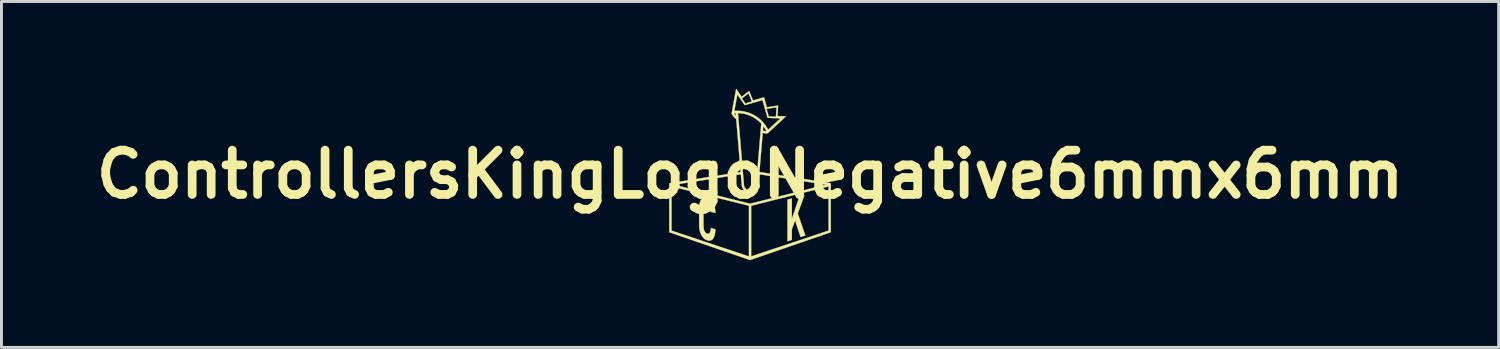
<source format=kicad_pcb>
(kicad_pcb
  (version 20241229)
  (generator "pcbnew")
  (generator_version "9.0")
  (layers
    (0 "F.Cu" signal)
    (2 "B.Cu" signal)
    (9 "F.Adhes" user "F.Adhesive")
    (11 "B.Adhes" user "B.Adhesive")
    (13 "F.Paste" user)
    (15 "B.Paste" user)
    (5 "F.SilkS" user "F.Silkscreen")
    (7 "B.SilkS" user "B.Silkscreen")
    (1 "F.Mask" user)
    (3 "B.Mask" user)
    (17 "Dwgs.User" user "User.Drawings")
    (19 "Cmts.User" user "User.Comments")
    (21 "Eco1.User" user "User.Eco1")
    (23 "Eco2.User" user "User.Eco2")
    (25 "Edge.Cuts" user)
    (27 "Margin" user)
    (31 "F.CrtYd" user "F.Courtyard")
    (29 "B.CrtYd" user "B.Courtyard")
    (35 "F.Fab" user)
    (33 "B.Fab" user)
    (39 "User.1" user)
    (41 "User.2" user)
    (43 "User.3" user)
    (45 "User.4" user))
  (footprint "ControllersKingLogoNegative6mmx6mm"
    (layer "F.Cu")
    (at 22.758 2.951)
    (property "Reference" "ControllersKingLogoNegative6mmx6mm" (at 0 0 0) (layer "F.SilkS") (effects (font (size 1.524 1.524) (thickness 0.3))))
    (attr through_hole)
    (fp_poly (pts (xy 1.869 0.721) (xy 1.869 0.723) (xy 1.868 0.725) (xy 1.867 0.728) (xy 1.865 0.732) (xy 1.863 0.737) (xy 1.861 0.743) (xy 1.859 0.749) (xy 1.856 0.757) (xy 1.853 0.765) (xy 1.85 0.773) (xy 1.847 0.783) (xy 1.843 0.793) (xy 1.839 0.803) (xy 1.835 0.814) (xy 1.831 0.826) (xy 1.826 0.839) (xy 1.822 0.851) (xy 1.817 0.865) (xy 1.812 0.879) (xy 1.806 0.893) (xy 1.801 0.908) (xy 1.795 0.923) (xy 1.79 0.938) (xy 1.784 0.954) (xy 1.778 0.97) (xy 1.772 0.987) (xy 1.766 1.004) (xy 1.759 1.021) (xy 1.755 1.032) (xy 1.749 1.049) (xy 1.743 1.066) (xy 1.737 1.082) (xy 1.731 1.099) (xy 1.725 1.115) (xy 1.719 1.131) (xy 1.713 1.146) (xy 1.708 1.161) (xy 1.702 1.176) (xy 1.697 1.19) (xy 1.692 1.203) (xy 1.687 1.217) (xy 1.683 1.229) (xy 1.678 1.241) (xy 1.674 1.253) (xy 1.67 1.264) (xy 1.666 1.274) (xy 1.663 1.284) (xy 1.659 1.293) (xy 1.656 1.302) (xy 1.653 1.309) (xy 1.651 1.316) (xy 1.649 1.323) (xy 1.647 1.328) (xy 1.645 1.333) (xy 1.643 1.336) (xy 1.642 1.339) (xy 1.642 1.341) (xy 1.641 1.342) (xy 1.641 1.343) (xy 1.641 1.343) (xy 1.642 1.345) (xy 1.643 1.347) (xy 1.644 1.35) (xy 1.645 1.354) (xy 1.647 1.359) (xy 1.649 1.365) (xy 1.651 1.372) (xy 1.654 1.379) (xy 1.657 1.387) (xy 1.66 1.396) (xy 1.663 1.406) (xy 1.666 1.416) (xy 1.67 1.427) (xy 1.674 1.438) (xy 1.678 1.451) (xy 1.683 1.463) (xy 1.687 1.477) (xy 1.692 1.491) (xy 1.697 1.505) (xy 1.702 1.52) (xy 1.708 1.535) (xy 1.713 1.551) (xy 1.719 1.567) (xy 1.724 1.584) (xy 1.73 1.601) (xy 1.736 1.619) (xy 1.742 1.636) (xy 1.749 1.654) (xy 1.755 1.673) (xy 1.761 1.691) (xy 1.768 1.71) (xy 1.772 1.723) (xy 1.779 1.742) (xy 1.785 1.761) (xy 1.792 1.78) (xy 1.798 1.798) (xy 1.804 1.816) (xy 1.81 1.834) (xy 1.816 1.851) (xy 1.822 1.868) (xy 1.828 1.884) (xy 1.834 1.9) (xy 1.839 1.916) (xy 1.844 1.931) (xy 1.849 1.946) (xy 1.854 1.96) (xy 1.859 1.974) (xy 1.863 1.987) (xy 1.868 2) (xy 1.872 2.012) (xy 1.876 2.023) (xy 1.879 2.034) (xy 1.883 2.044) (xy 1.886 2.053) (xy 1.889 2.061) (xy 1.892 2.069) (xy 1.894 2.076) (xy 1.896 2.083) (xy 1.898 2.088) (xy 1.9 2.093) (xy 1.901 2.097) (xy 1.902 2.1) (xy 1.903 2.102) (xy 1.903 2.103) (xy 1.903 2.103) (xy 1.903 2.103) (xy 1.901 2.104) (xy 1.899 2.104) (xy 1.896 2.105) (xy 1.892 2.107) (xy 1.888 2.108) (xy 1.883 2.11) (xy 1.877 2.112) (xy 1.871 2.114) (xy 1.864 2.116) (xy 1.858 2.118) (xy 1.85 2.12) (xy 1.843 2.122) (xy 1.836 2.125) (xy 1.828 2.127) (xy 1.82 2.13) (xy 1.812 2.132) (xy 1.805 2.135) (xy 1.797 2.137) (xy 1.79 2.139) (xy 1.783 2.142) (xy 1.776 2.144) (xy 1.769 2.146) (xy 1.763 2.148) (xy 1.758 2.15) (xy 1.753 2.151) (xy 1.749 2.152) (xy 1.745 2.154) (xy 1.742 2.155) (xy 1.74 2.155) (xy 1.738 2.156) (xy 1.738 2.156) (xy 1.738 2.155) (xy 1.737 2.154) (xy 1.736 2.151) (xy 1.735 2.148) (xy 1.734 2.144) (xy 1.732 2.139) (xy 1.731 2.133) (xy 1.728 2.127) (xy 1.726 2.12) (xy 1.723 2.112) (xy 1.72 2.103) (xy 1.717 2.094) (xy 1.714 2.084) (xy 1.711 2.073) (xy 1.707 2.062) (xy 1.703 2.05) (xy 1.699 2.038) (xy 1.695 2.025) (xy 1.69 2.011) (xy 1.686 1.998) (xy 1.681 1.984) (xy 1.676 1.969) (xy 1.671 1.954) (xy 1.666 1.939) (xy 1.661 1.923) (xy 1.656 1.907) (xy 1.651 1.891) (xy 1.645 1.874) (xy 1.644 1.872) (xy 1.639 1.855) (xy 1.634 1.839) (xy 1.628 1.823) (xy 1.623 1.808) (xy 1.618 1.792) (xy 1.613 1.777) (xy 1.608 1.762) (xy 1.604 1.748) (xy 1.599 1.734) (xy 1.595 1.721) (xy 1.591 1.708) (xy 1.586 1.696) (xy 1.583 1.684) (xy 1.579 1.673) (xy 1.575 1.662) (xy 1.572 1.652) (xy 1.569 1.642) (xy 1.566 1.634) (xy 1.563 1.626) (xy 1.561 1.618) (xy 1.559 1.612) (xy 1.557 1.606) (xy 1.555 1.601) (xy 1.554 1.596) (xy 1.553 1.593) (xy 1.552 1.591) (xy 1.551 1.589) (xy 1.551 1.588) (xy 1.551 1.588) (xy 1.551 1.589) (xy 1.55 1.59) (xy 1.549 1.592) (xy 1.548 1.596) (xy 1.547 1.599) (xy 1.545 1.604) (xy 1.543 1.61) (xy 1.541 1.616) (xy 1.538 1.622) (xy 1.535 1.63) (xy 1.532 1.638) (xy 1.529 1.647) (xy 1.526 1.656) (xy 1.522 1.665) (xy 1.519 1.675) (xy 1.515 1.686) (xy 1.511 1.697) (xy 1.507 1.708) (xy 1.502 1.719) (xy 1.498 1.731) (xy 1.494 1.741) (xy 1.438 1.894) (xy 1.438 2.253) (xy 1.364 2.277) (xy 1.356 2.279) (xy 1.348 2.282) (xy 1.34 2.284) (xy 1.333 2.287) (xy 1.326 2.289) (xy 1.319 2.291) (xy 1.313 2.293) (xy 1.307 2.295) (xy 1.303 2.296) (xy 1.298 2.298) (xy 1.295 2.299) (xy 1.292 2.3) (xy 1.29 2.3) (xy 1.29 2.301) (xy 1.289 2.301) (xy 1.288 2.301) (xy 1.288 1.584) (xy 1.289 0.866) (xy 1.363 0.848) (xy 1.371 0.846) (xy 1.38 0.844) (xy 1.388 0.842) (xy 1.395 0.84) (xy 1.402 0.838) (xy 1.409 0.836) (xy 1.415 0.835) (xy 1.42 0.833) (xy 1.425 0.832) (xy 1.429 0.831) (xy 1.433 0.83) (xy 1.435 0.83) (xy 1.437 0.829) (xy 1.438 0.829) (xy 1.438 0.829) (xy 1.438 0.83) (xy 1.438 0.831) (xy 1.438 0.834) (xy 1.438 0.837) (xy 1.438 0.841) (xy 1.438 0.846) (xy 1.438 0.852) (xy 1.438 0.859) (xy 1.438 0.867) (xy 1.438 0.876) (xy 1.438 0.885) (xy 1.438 0.895) (xy 1.438 0.905) (xy 1.438 0.917) (xy 1.438 0.929) (xy 1.438 0.941) (xy 1.438 0.955) (xy 1.438 0.968) (xy 1.438 0.983) (xy 1.438 0.998) (xy 1.438 1.013) (xy 1.438 1.029) (xy 1.438 1.045) (xy 1.438 1.062) (xy 1.438 1.079) (xy 1.438 1.097) (xy 1.438 1.114) (xy 1.438 1.132) (xy 1.438 1.151) (xy 1.438 1.17) (xy 1.438 1.179) (xy 1.438 1.528) (xy 1.568 1.149) (xy 1.575 1.13) (xy 1.581 1.111) (xy 1.587 1.092) (xy 1.594 1.074) (xy 1.6 1.056) (xy 1.606 1.038) (xy 1.612 1.021) (xy 1.618 1.004) (xy 1.623 0.987) (xy 1.629 0.971) (xy 1.634 0.955) (xy 1.639 0.94) (xy 1.644 0.925) (xy 1.649 0.911) (xy 1.654 0.897) (xy 1.659 0.884) (xy 1.663 0.871) (xy 1.667 0.859) (xy 1.671 0.848) (xy 1.675 0.837) (xy 1.678 0.827) (xy 1.681 0.817) (xy 1.684 0.809) (xy 1.687 0.801) (xy 1.689 0.794) (xy 1.692 0.787) (xy 1.694 0.782) (xy 1.695 0.777) (xy 1.696 0.773) (xy 1.698 0.77) (xy 1.698 0.768) (xy 1.699 0.767) (xy 1.699 0.766) (xy 1.7 0.763) (xy 1.784 0.742) (xy 1.793 0.74) (xy 1.802 0.738) (xy 1.811 0.735) (xy 1.819 0.733) (xy 1.826 0.731) (xy 1.834 0.73) (xy 1.84 0.728) (xy 1.847 0.726) (xy 1.852 0.725) (xy 1.857 0.724) (xy 1.861 0.723) (xy 1.864 0.722) (xy 1.867 0.722) (xy 1.868 0.721) (xy 1.869 0.721) (xy 1.869 0.721) (xy 1.869 0.721)) (stroke (width 0.01) (type solid)) (fill yes) (layer "F.SilkS"))
    (fp_poly (pts (xy -1.525 0.784) (xy -1.52 0.784) (xy -1.515 0.784) (xy -1.511 0.785) (xy -1.508 0.785) (xy -1.507 0.785) (xy -1.5 0.786) (xy -1.492 0.788) (xy -1.483 0.79) (xy -1.474 0.792) (xy -1.465 0.794) (xy -1.456 0.797) (xy -1.448 0.8) (xy -1.44 0.803) (xy -1.435 0.805) (xy -1.421 0.811) (xy -1.408 0.818) (xy -1.395 0.825) (xy -1.382 0.834) (xy -1.369 0.842) (xy -1.365 0.846) (xy -1.358 0.851) (xy -1.352 0.857) (xy -1.345 0.864) (xy -1.338 0.87) (xy -1.332 0.876) (xy -1.327 0.882) (xy -1.324 0.886) (xy -1.31 0.903) (xy -1.298 0.921) (xy -1.286 0.94) (xy -1.275 0.958) (xy -1.265 0.978) (xy -1.256 0.998) (xy -1.248 1.018) (xy -1.242 1.033) (xy -1.24 1.038) (xy -1.239 1.044) (xy -1.237 1.05) (xy -1.235 1.057) (xy -1.233 1.065) (xy -1.23 1.073) (xy -1.228 1.081) (xy -1.226 1.089) (xy -1.224 1.096) (xy -1.222 1.104) (xy -1.221 1.111) (xy -1.22 1.111) (xy -1.213 1.144) (xy -1.207 1.176) (xy -1.202 1.208) (xy -1.198 1.241) (xy -1.195 1.273) (xy -1.194 1.291) (xy -1.194 1.295) (xy -1.194 1.299) (xy -1.193 1.303) (xy -1.193 1.308) (xy -1.193 1.312) (xy -1.193 1.316) (xy -1.193 1.32) (xy -1.193 1.323) (xy -1.192 1.326) (xy -1.192 1.328) (xy -1.192 1.329) (xy -1.192 1.33) (xy -1.193 1.33) (xy -1.194 1.329) (xy -1.197 1.329) (xy -1.2 1.328) (xy -1.203 1.327) (xy -1.208 1.326) (xy -1.213 1.324) (xy -1.218 1.323) (xy -1.225 1.321) (xy -1.231 1.319) (xy -1.238 1.317) (xy -1.245 1.316) (xy -1.252 1.314) (xy -1.26 1.312) (xy -1.267 1.309) (xy -1.275 1.307) (xy -1.282 1.305) (xy -1.29 1.303) (xy -1.297 1.301) (xy -1.304 1.299) (xy -1.311 1.297) (xy -1.317 1.296) (xy -1.323 1.294) (xy -1.328 1.293) (xy -1.333 1.291) (xy -1.337 1.29) (xy -1.341 1.289) (xy -1.344 1.288) (xy -1.346 1.288) (xy -1.347 1.287) (xy -1.348 1.287) (xy -1.348 1.287) (xy -1.348 1.285) (xy -1.348 1.283) (xy -1.348 1.28) (xy -1.348 1.279) (xy -1.35 1.254) (xy -1.353 1.229) (xy -1.357 1.204) (xy -1.362 1.179) (xy -1.368 1.154) (xy -1.369 1.149) (xy -1.374 1.134) (xy -1.38 1.118) (xy -1.386 1.104) (xy -1.393 1.09) (xy -1.401 1.076) (xy -1.41 1.063) (xy -1.412 1.061) (xy -1.419 1.052) (xy -1.426 1.045) (xy -1.435 1.038) (xy -1.444 1.031) (xy -1.453 1.026) (xy -1.463 1.021) (xy -1.471 1.019) (xy -1.478 1.016) (xy -1.484 1.015) (xy -1.49 1.014) (xy -1.496 1.014) (xy -1.502 1.014) (xy -1.508 1.014) (xy -1.508 1.014) (xy -1.517 1.016) (xy -1.525 1.018) (xy -1.532 1.021) (xy -1.539 1.025) (xy -1.545 1.03) (xy -1.552 1.036) (xy -1.556 1.04) (xy -1.563 1.049) (xy -1.57 1.057) (xy -1.575 1.066) (xy -1.58 1.076) (xy -1.583 1.086) (xy -1.586 1.092) (xy -1.591 1.111) (xy -1.595 1.13) (xy -1.598 1.149) (xy -1.6 1.169) (xy -1.601 1.182) (xy -1.601 1.184) (xy -1.601 1.186) (xy -1.601 1.189) (xy -1.601 1.193) (xy -1.601 1.198) (xy -1.601 1.203) (xy -1.601 1.21) (xy -1.601 1.217) (xy -1.601 1.225) (xy -1.601 1.234) (xy -1.602 1.243) (xy -1.602 1.253) (xy -1.602 1.264) (xy -1.602 1.275) (xy -1.602 1.287) (xy -1.602 1.299) (xy -1.602 1.312) (xy -1.602 1.325) (xy -1.602 1.338) (xy -1.602 1.352) (xy -1.602 1.366) (xy -1.602 1.381) (xy -1.602 1.396) (xy -1.602 1.411) (xy -1.602 1.426) (xy -1.602 1.441) (xy -1.602 1.456) (xy -1.602 1.472) (xy -1.602 1.503) (xy -1.602 1.518) (xy -1.602 1.534) (xy -1.602 1.549) (xy -1.602 1.564) (xy -1.602 1.579) (xy -1.602 1.594) (xy -1.602 1.609) (xy -1.602 1.623) (xy -1.602 1.637) (xy -1.602 1.651) (xy -1.602 1.664) (xy -1.602 1.677) (xy -1.602 1.689) (xy -1.602 1.701) (xy -1.602 1.713) (xy -1.602 1.724) (xy -1.602 1.734) (xy -1.602 1.744) (xy -1.601 1.753) (xy -1.601 1.761) (xy -1.601 1.769) (xy -1.601 1.776) (xy -1.601 1.782) (xy -1.601 1.787) (xy -1.601 1.792) (xy -1.601 1.795) (xy -1.601 1.798) (xy -1.601 1.799) (xy -1.601 1.8) (xy -1.6 1.819) (xy -1.598 1.837) (xy -1.595 1.856) (xy -1.592 1.874) (xy -1.588 1.893) (xy -1.587 1.898) (xy -1.582 1.914) (xy -1.577 1.928) (xy -1.572 1.943) (xy -1.565 1.956) (xy -1.557 1.97) (xy -1.55 1.981) (xy -1.546 1.987) (xy -1.543 1.991) (xy -1.54 1.995) (xy -1.536 1.999) (xy -1.533 2.003) (xy -1.532 2.004) (xy -1.524 2.011) (xy -1.516 2.018) (xy -1.508 2.024) (xy -1.499 2.029) (xy -1.49 2.034) (xy -1.48 2.038) (xy -1.476 2.039) (xy -1.471 2.041) (xy -1.467 2.042) (xy -1.463 2.043) (xy -1.459 2.044) (xy -1.455 2.044) (xy -1.45 2.044) (xy -1.45 2.044) (xy -1.442 2.044) (xy -1.435 2.043) (xy -1.428 2.041) (xy -1.421 2.038) (xy -1.418 2.037) (xy -1.413 2.034) (xy -1.408 2.03) (xy -1.403 2.026) (xy -1.398 2.02) (xy -1.393 2.015) (xy -1.388 2.008) (xy -1.384 2.002) (xy -1.381 1.997) (xy -1.379 1.993) (xy -1.377 1.989) (xy -1.375 1.985) (xy -1.373 1.981) (xy -1.372 1.976) (xy -1.37 1.971) (xy -1.369 1.967) (xy -1.363 1.946) (xy -1.358 1.924) (xy -1.354 1.903) (xy -1.351 1.882) (xy -1.349 1.86) (xy -1.348 1.852) (xy -1.348 1.849) (xy -1.348 1.847) (xy -1.348 1.845) (xy -1.348 1.844) (xy -1.348 1.843) (xy -1.347 1.843) (xy -1.346 1.844) (xy -1.343 1.844) (xy -1.34 1.845) (xy -1.337 1.846) (xy -1.332 1.848) (xy -1.327 1.849) (xy -1.321 1.851) (xy -1.315 1.853) (xy -1.309 1.855) (xy -1.302 1.857) (xy -1.295 1.859) (xy -1.293 1.859) (xy -1.285 1.862) (xy -1.277 1.864) (xy -1.269 1.867) (xy -1.261 1.869) (xy -1.254 1.871) (xy -1.246 1.873) (xy -1.239 1.875) (xy -1.233 1.877) (xy -1.227 1.879) (xy -1.222 1.881) (xy -1.218 1.882) (xy -1.215 1.883) (xy -1.193 1.89) (xy -1.193 1.898) (xy -1.193 1.916) (xy -1.194 1.934) (xy -1.196 1.953) (xy -1.198 1.971) (xy -1.2 1.991) (xy -1.203 2.01) (xy -1.206 2.028) (xy -1.209 2.044) (xy -1.211 2.053) (xy -1.213 2.063) (xy -1.216 2.072) (xy -1.218 2.082) (xy -1.221 2.092) (xy -1.223 2.101) (xy -1.226 2.11) (xy -1.228 2.119) (xy -1.231 2.127) (xy -1.233 2.134) (xy -1.236 2.141) (xy -1.237 2.144) (xy -1.243 2.159) (xy -1.25 2.173) (xy -1.257 2.186) (xy -1.264 2.199) (xy -1.272 2.21) (xy -1.28 2.221) (xy -1.289 2.23) (xy -1.298 2.239) (xy -1.307 2.247) (xy -1.317 2.254) (xy -1.327 2.26) (xy -1.337 2.265) (xy -1.343 2.267) (xy -1.354 2.271) (xy -1.366 2.274) (xy -1.378 2.276) (xy -1.383 2.277) (xy -1.386 2.277) (xy -1.39 2.278) (xy -1.394 2.278) (xy -1.397 2.278) (xy -1.401 2.279) (xy -1.404 2.279) (xy -1.407 2.279) (xy -1.408 2.279) (xy -1.41 2.279) (xy -1.412 2.279) (xy -1.414 2.279) (xy -1.426 2.278) (xy -1.438 2.276) (xy -1.45 2.273) (xy -1.462 2.27) (xy -1.469 2.268) (xy -1.471 2.267) (xy -1.474 2.266) (xy -1.478 2.265) (xy -1.481 2.264) (xy -1.481 2.264) (xy -1.497 2.257) (xy -1.514 2.25) (xy -1.53 2.242) (xy -1.545 2.233) (xy -1.56 2.223) (xy -1.574 2.212) (xy -1.588 2.201) (xy -1.588 2.2) (xy -1.599 2.19) (xy -1.61 2.179) (xy -1.621 2.166) (xy -1.631 2.154) (xy -1.641 2.14) (xy -1.651 2.126) (xy -1.661 2.111) (xy -1.67 2.096) (xy -1.678 2.08) (xy -1.686 2.064) (xy -1.694 2.048) (xy -1.701 2.032) (xy -1.707 2.016) (xy -1.708 2.014) (xy -1.714 1.996) (xy -1.719 1.977) (xy -1.725 1.958) (xy -1.729 1.938) (xy -1.734 1.917) (xy -1.738 1.896) (xy -1.742 1.874) (xy -1.745 1.853) (xy -1.747 1.831) (xy -1.749 1.81) (xy -1.75 1.797) (xy -1.75 1.796) (xy -1.75 1.794) (xy -1.75 1.792) (xy -1.75 1.791) (xy -1.751 1.789) (xy -1.751 1.787) (xy -1.751 1.785) (xy -1.751 1.783) (xy -1.751 1.781) (xy -1.751 1.778) (xy -1.751 1.775) (xy -1.751 1.772) (xy -1.751 1.769) (xy -1.751 1.765) (xy -1.751 1.761) (xy -1.751 1.757) (xy -1.751 1.752) (xy -1.751 1.747) (xy -1.751 1.742) (xy -1.751 1.736) (xy -1.751 1.73) (xy -1.751 1.723) (xy -1.751 1.715) (xy -1.751 1.707) (xy -1.751 1.698) (xy -1.751 1.689) (xy -1.752 1.679) (xy -1.752 1.669) (xy -1.752 1.658) (xy -1.752 1.646) (xy -1.752 1.633) (xy -1.752 1.62) (xy -1.752 1.606) (xy -1.752 1.591) (xy -1.752 1.575) (xy -1.752 1.559) (xy -1.752 1.541) (xy -1.752 1.523) (xy -1.752 1.504) (xy -1.752 1.484) (xy -1.752 1.463) (xy -1.752 1.444) (xy -1.752 1.423) (xy -1.752 1.402) (xy -1.752 1.382) (xy -1.752 1.363) (xy -1.752 1.345) (xy -1.752 1.328) (xy -1.752 1.311) (xy -1.752 1.296) (xy -1.752 1.281) (xy -1.752 1.267) (xy -1.752 1.254) (xy -1.752 1.242) (xy -1.752 1.231) (xy -1.752 1.22) (xy -1.752 1.21) (xy -1.752 1.2) (xy -1.752 1.191) (xy -1.752 1.183) (xy -1.752 1.175) (xy -1.751 1.168) (xy -1.751 1.162) (xy -1.751 1.156) (xy -1.751 1.15) (xy -1.751 1.145) (xy -1.751 1.14) (xy -1.751 1.136) (xy -1.751 1.132) (xy -1.751 1.129) (xy -1.751 1.126) (xy -1.751 1.123) (xy -1.751 1.121) (xy -1.751 1.119) (xy -1.751 1.117) (xy -1.751 1.115) (xy -1.751 1.114) (xy -1.751 1.112) (xy -1.751 1.111) (xy -1.751 1.11) (xy -1.751 1.11) (xy -1.749 1.087) (xy -1.747 1.065) (xy -1.744 1.043) (xy -1.74 1.022) (xy -1.735 1) (xy -1.733 0.99) (xy -1.731 0.983) (xy -1.729 0.975) (xy -1.727 0.967) (xy -1.725 0.959) (xy -1.723 0.951) (xy -1.72 0.943) (xy -1.718 0.936) (xy -1.716 0.931) (xy -1.711 0.916) (xy -1.705 0.902) (xy -1.697 0.888) (xy -1.689 0.875) (xy -1.68 0.863) (xy -1.671 0.851) (xy -1.66 0.839) (xy -1.649 0.828) (xy -1.637 0.818) (xy -1.631 0.814) (xy -1.627 0.811) (xy -1.622 0.808) (xy -1.617 0.805) (xy -1.611 0.802) (xy -1.611 0.802) (xy -1.598 0.796) (xy -1.585 0.792) (xy -1.572 0.788) (xy -1.558 0.786) (xy -1.553 0.785) (xy -1.55 0.785) (xy -1.546 0.784) (xy -1.541 0.784) (xy -1.536 0.784) (xy -1.531 0.784) (xy -1.525 0.784)) (stroke (width 0.01) (type solid)) (fill yes) (layer "F.SilkS"))
    (fp_poly (pts (xy -0.477 -2.946) (xy -0.476 -2.945) (xy -0.475 -2.943) (xy -0.473 -2.94) (xy -0.471 -2.937) (xy -0.468 -2.932) (xy -0.465 -2.928) (xy -0.461 -2.922) (xy -0.457 -2.916) (xy -0.452 -2.91) (xy -0.447 -2.903) (xy -0.442 -2.895) (xy -0.437 -2.887) (xy -0.431 -2.878) (xy -0.425 -2.87) (xy -0.418 -2.86) (xy -0.412 -2.851) (xy -0.405 -2.841) (xy -0.398 -2.831) (xy -0.391 -2.82) (xy -0.384 -2.81) (xy -0.376 -2.799) (xy -0.369 -2.789) (xy -0.362 -2.778) (xy -0.355 -2.769) (xy -0.349 -2.759) (xy -0.342 -2.75) (xy -0.336 -2.741) (xy -0.331 -2.732) (xy -0.325 -2.724) (xy -0.32 -2.717) (xy -0.315 -2.71) (xy -0.31 -2.703) (xy -0.306 -2.697) (xy -0.303 -2.692) (xy -0.299 -2.687) (xy -0.296 -2.683) (xy -0.294 -2.679) (xy -0.292 -2.677) (xy -0.291 -2.675) (xy -0.29 -2.673) (xy -0.29 -2.673) (xy -0.289 -2.673) (xy -0.288 -2.674) (xy -0.286 -2.675) (xy -0.283 -2.677) (xy -0.28 -2.68) (xy -0.276 -2.683) (xy -0.272 -2.686) (xy -0.267 -2.69) (xy -0.261 -2.694) (xy -0.255 -2.699) (xy -0.248 -2.704) (xy -0.241 -2.709) (xy -0.234 -2.715) (xy -0.226 -2.721) (xy -0.218 -2.727) (xy -0.21 -2.733) (xy -0.201 -2.74) (xy -0.193 -2.746) (xy -0.183 -2.753) (xy -0.174 -2.76) (xy -0.165 -2.767) (xy -0.156 -2.774) (xy -0.146 -2.781) (xy -0.137 -2.788) (xy -0.129 -2.795) (xy -0.12 -2.801) (xy -0.112 -2.808) (xy -0.104 -2.814) (xy -0.096 -2.819) (xy -0.089 -2.825) (xy -0.083 -2.83) (xy -0.077 -2.834) (xy -0.072 -2.838) (xy -0.067 -2.841) (xy -0.064 -2.844) (xy -0.063 -2.845) (xy -0.058 -2.849) (xy -0.053 -2.852) (xy -0.048 -2.856) (xy -0.044 -2.859) (xy -0.04 -2.862) (xy -0.037 -2.865) (xy -0.034 -2.867) (xy -0.032 -2.868) (xy -0.03 -2.869) (xy -0.029 -2.87) (xy -0.029 -2.87) (xy -0.029 -2.87) (xy -0.028 -2.868) (xy -0.027 -2.866) (xy -0.026 -2.863) (xy -0.025 -2.859) (xy -0.023 -2.854) (xy -0.02 -2.849) (xy -0.018 -2.843) (xy -0.015 -2.836) (xy -0.012 -2.828) (xy -0.009 -2.82) (xy -0.005 -2.812) (xy -0.002 -2.803) (xy 0.002 -2.793) (xy 0.006 -2.783) (xy 0.011 -2.773) (xy 0.015 -2.762) (xy 0.02 -2.75) (xy 0.024 -2.739) (xy 0.029 -2.727) (xy 0.034 -2.715) (xy 0.037 -2.709) (xy 0.042 -2.696) (xy 0.046 -2.684) (xy 0.051 -2.672) (xy 0.056 -2.661) (xy 0.06 -2.65) (xy 0.065 -2.639) (xy 0.069 -2.629) (xy 0.073 -2.619) (xy 0.077 -2.609) (xy 0.08 -2.601) (xy 0.084 -2.592) (xy 0.087 -2.584) (xy 0.09 -2.577) (xy 0.093 -2.571) (xy 0.095 -2.565) (xy 0.097 -2.56) (xy 0.099 -2.555) (xy 0.1 -2.552) (xy 0.101 -2.549) (xy 0.102 -2.547) (xy 0.103 -2.546) (xy 0.103 -2.546) (xy 0.103 -2.544) (xy 0.292 -2.598) (xy 0.305 -2.602) (xy 0.318 -2.606) (xy 0.331 -2.61) (xy 0.344 -2.613) (xy 0.356 -2.617) (xy 0.368 -2.62) (xy 0.38 -2.623) (xy 0.391 -2.627) (xy 0.401 -2.63) (xy 0.411 -2.632) (xy 0.421 -2.635) (xy 0.43 -2.638) (xy 0.438 -2.64) (xy 0.446 -2.642) (xy 0.453 -2.644) (xy 0.459 -2.646) (xy 0.465 -2.648) (xy 0.469 -2.649) (xy 0.473 -2.65) (xy 0.476 -2.651) (xy 0.478 -2.652) (xy 0.48 -2.652) (xy 0.48 -2.652) (xy 0.48 -2.652) (xy 0.481 -2.65) (xy 0.481 -2.648) (xy 0.482 -2.645) (xy 0.483 -2.64) (xy 0.485 -2.636) (xy 0.486 -2.63) (xy 0.488 -2.624) (xy 0.49 -2.617) (xy 0.492 -2.609) (xy 0.495 -2.601) (xy 0.497 -2.592) (xy 0.5 -2.582) (xy 0.503 -2.572) (xy 0.506 -2.562) (xy 0.509 -2.551) (xy 0.512 -2.539) (xy 0.516 -2.528) (xy 0.519 -2.515) (xy 0.523 -2.503) (xy 0.526 -2.49) (xy 0.529 -2.48) (xy 0.534 -2.464) (xy 0.538 -2.45) (xy 0.542 -2.436) (xy 0.546 -2.423) (xy 0.549 -2.411) (xy 0.552 -2.4) (xy 0.555 -2.39) (xy 0.558 -2.38) (xy 0.56 -2.372) (xy 0.563 -2.364) (xy 0.565 -2.356) (xy 0.567 -2.349) (xy 0.569 -2.343) (xy 0.57 -2.338) (xy 0.572 -2.333) (xy 0.573 -2.329) (xy 0.574 -2.325) (xy 0.575 -2.321) (xy 0.576 -2.318) (xy 0.577 -2.316) (xy 0.577 -2.314) (xy 0.578 -2.312) (xy 0.578 -2.311) (xy 0.579 -2.31) (xy 0.579 -2.309) (xy 0.579 -2.309) (xy 0.579 -2.308) (xy 0.579 -2.308) (xy 0.579 -2.308) (xy 0.58 -2.308) (xy 0.582 -2.308) (xy 0.584 -2.309) (xy 0.587 -2.309) (xy 0.592 -2.31) (xy 0.597 -2.311) (xy 0.603 -2.312) (xy 0.609 -2.313) (xy 0.616 -2.314) (xy 0.625 -2.315) (xy 0.633 -2.317) (xy 0.643 -2.318) (xy 0.652 -2.32) (xy 0.663 -2.321) (xy 0.674 -2.323) (xy 0.685 -2.325) (xy 0.697 -2.327) (xy 0.71 -2.329) (xy 0.722 -2.331) (xy 0.735 -2.333) (xy 0.749 -2.335) (xy 0.762 -2.337) (xy 0.773 -2.339) (xy 0.787 -2.341) (xy 0.8 -2.343) (xy 0.813 -2.346) (xy 0.826 -2.348) (xy 0.839 -2.35) (xy 0.851 -2.352) (xy 0.863 -2.354) (xy 0.874 -2.355) (xy 0.885 -2.357) (xy 0.896 -2.359) (xy 0.905 -2.36) (xy 0.914 -2.362) (xy 0.923 -2.363) (xy 0.931 -2.364) (xy 0.938 -2.365) (xy 0.944 -2.366) (xy 0.95 -2.367) (xy 0.955 -2.368) (xy 0.959 -2.369) (xy 0.962 -2.369) (xy 0.964 -2.369) (xy 0.965 -2.37) (xy 0.965 -2.37) (xy 0.965 -2.369) (xy 0.965 -2.368) (xy 0.965 -2.365) (xy 0.965 -2.362) (xy 0.965 -2.358) (xy 0.965 -2.353) (xy 0.964 -2.347) (xy 0.964 -2.34) (xy 0.963 -2.333) (xy 0.963 -2.325) (xy 0.962 -2.316) (xy 0.962 -2.307) (xy 0.961 -2.297) (xy 0.961 -2.286) (xy 0.96 -2.276) (xy 0.959 -2.264) (xy 0.959 -2.252) (xy 0.958 -2.24) (xy 0.957 -2.227) (xy 0.956 -2.215) (xy 0.956 -2.201) (xy 0.955 -2.189) (xy 0.954 -2.176) (xy 0.953 -2.163) (xy 0.952 -2.15) (xy 0.952 -2.137) (xy 0.951 -2.125) (xy 0.95 -2.113) (xy 0.949 -2.102) (xy 0.949 -2.091) (xy 0.948 -2.081) (xy 0.948 -2.071) (xy 0.947 -2.062) (xy 0.947 -2.053) (xy 0.946 -2.045) (xy 0.946 -2.038) (xy 0.945 -2.032) (xy 0.945 -2.026) (xy 0.945 -2.021) (xy 0.944 -2.017) (xy 0.944 -2.014) (xy 0.944 -2.011) (xy 0.944 -2.01) (xy 0.944 -2.009) (xy 0.944 -2.009) (xy 0.946 -2.009) (xy 0.948 -2.009) (xy 0.951 -2.009) (xy 0.955 -2.009) (xy 0.959 -2.009) (xy 0.963 -2.008) (xy 0.968 -2.008) (xy 0.969 -2.008) (xy 0.974 -2.008) (xy 0.98 -2.008) (xy 0.986 -2.007) (xy 0.993 -2.007) (xy 1 -2.007) (xy 1.007 -2.007) (xy 1.015 -2.006) (xy 1.023 -2.006) (xy 1.03 -2.006) (xy 1.037 -2.005) (xy 1.053 -2.005) (xy 1.069 -2.004) (xy 1.084 -2.003) (xy 1.098 -2.003) (xy 1.111 -2.002) (xy 1.124 -2.002) (xy 1.135 -2.001) (xy 1.146 -2.001) (xy 1.156 -2) (xy 1.165 -2) (xy 1.173 -2) (xy 1.181 -1.999) (xy 1.188 -1.999) (xy 1.194 -1.999) (xy 1.2 -1.998) (xy 1.205 -1.998) (xy 1.21 -1.998) (xy 1.214 -1.998) (xy 1.218 -1.998) (xy 1.221 -1.997) (xy 1.224 -1.997) (xy 1.226 -1.997) (xy 1.228 -1.997) (xy 1.23 -1.997) (xy 1.231 -1.997) (xy 1.232 -1.997) (xy 1.233 -1.997) (xy 1.234 -1.997) (xy 1.235 -1.997) (xy 1.235 -1.997) (xy 1.235 -1.997) (xy 1.235 -1.997) (xy 1.235 -1.997) (xy 1.235 -1.997) (xy 1.235 -1.996) (xy 1.234 -1.995) (xy 1.232 -1.994) (xy 1.23 -1.991) (xy 1.226 -1.988) (xy 1.222 -1.985) (xy 1.218 -1.98) (xy 1.212 -1.975) (xy 1.206 -1.97) (xy 1.2 -1.964) (xy 1.192 -1.957) (xy 1.184 -1.949) (xy 1.176 -1.942) (xy 1.167 -1.933) (xy 1.157 -1.924) (xy 1.146 -1.914) (xy 1.135 -1.904) (xy 1.124 -1.893) (xy 1.111 -1.882) (xy 1.099 -1.87) (xy 1.085 -1.858) (xy 1.071 -1.845) (xy 1.057 -1.832) (xy 1.042 -1.818) (xy 1.027 -1.804) (xy 1.011 -1.789) (xy 0.994 -1.774) (xy 0.977 -1.758) (xy 0.96 -1.742) (xy 0.942 -1.725) (xy 0.923 -1.708) (xy 0.904 -1.691) (xy 0.885 -1.673) (xy 0.865 -1.655) (xy 0.845 -1.636) (xy 0.825 -1.617) (xy 0.804 -1.598) (xy 0.782 -1.578) (xy 0.76 -1.558) (xy 0.738 -1.537) (xy 0.726 -1.527) (xy 0.717 -1.518) (xy 0.707 -1.509) (xy 0.698 -1.5) (xy 0.689 -1.492) (xy 0.68 -1.484) (xy 0.672 -1.476) (xy 0.664 -1.469) (xy 0.656 -1.462) (xy 0.649 -1.455) (xy 0.642 -1.448) (xy 0.635 -1.442) (xy 0.629 -1.437) (xy 0.623 -1.431) (xy 0.618 -1.427) (xy 0.614 -1.423) (xy 0.61 -1.419) (xy 0.606 -1.416) (xy 0.604 -1.413) (xy 0.602 -1.411) (xy 0.6 -1.41) (xy 0.599 -1.409) (xy 0.599 -1.409) (xy 0.598 -1.408) (xy 0.567 -1.41) (xy 0.558 -1.411) (xy 0.55 -1.412) (xy 0.543 -1.412) (xy 0.536 -1.413) (xy 0.53 -1.413) (xy 0.525 -1.414) (xy 0.52 -1.414) (xy 0.516 -1.415) (xy 0.512 -1.415) (xy 0.508 -1.416) (xy 0.504 -1.416) (xy 0.5 -1.417) (xy 0.496 -1.417) (xy 0.496 -1.417) (xy 0.48 -1.42) (xy 0.465 -1.423) (xy 0.451 -1.427) (xy 0.441 -1.43) (xy 0.438 -1.431) (xy 0.437 -1.432) (xy 0.436 -1.431) (xy 0.436 -1.431) (xy 0.436 -1.431) (xy 0.436 -1.429) (xy 0.436 -1.427) (xy 0.435 -1.423) (xy 0.435 -1.419) (xy 0.435 -1.414) (xy 0.434 -1.407) (xy 0.433 -1.4) (xy 0.433 -1.392) (xy 0.432 -1.384) (xy 0.431 -1.374) (xy 0.43 -1.364) (xy 0.429 -1.352) (xy 0.428 -1.34) (xy 0.427 -1.328) (xy 0.426 -1.314) (xy 0.425 -1.3) (xy 0.424 -1.285) (xy 0.423 -1.269) (xy 0.421 -1.253) (xy 0.42 -1.236) (xy 0.418 -1.219) (xy 0.417 -1.201) (xy 0.415 -1.182) (xy 0.414 -1.163) (xy 0.412 -1.143) (xy 0.41 -1.123) (xy 0.408 -1.102) (xy 0.407 -1.081) (xy 0.405 -1.059) (xy 0.403 -1.037) (xy 0.401 -1.014) (xy 0.399 -0.991) (xy 0.397 -0.967) (xy 0.395 -0.944) (xy 0.393 -0.919) (xy 0.391 -0.895) (xy 0.389 -0.87) (xy 0.387 -0.845) (xy 0.385 -0.819) (xy 0.383 -0.793) (xy 0.38 -0.767) (xy 0.38 -0.759) (xy 0.378 -0.733) (xy 0.375 -0.707) (xy 0.373 -0.681) (xy 0.371 -0.656) (xy 0.369 -0.631) (xy 0.367 -0.606) (xy 0.365 -0.582) (xy 0.363 -0.558) (xy 0.361 -0.534) (xy 0.359 -0.511) (xy 0.357 -0.488) (xy 0.355 -0.466) (xy 0.353 -0.444) (xy 0.352 -0.422) (xy 0.35 -0.401) (xy 0.348 -0.381) (xy 0.346 -0.361) (xy 0.345 -0.341) (xy 0.343 -0.322) (xy 0.342 -0.304) (xy 0.34 -0.286) (xy 0.339 -0.269) (xy 0.337 -0.253) (xy 0.336 -0.237) (xy 0.335 -0.222) (xy 0.334 -0.207) (xy 0.332 -0.194) (xy 0.331 -0.181) (xy 0.33 -0.168) (xy 0.329 -0.157) (xy 0.328 -0.146) (xy 0.328 -0.136) (xy 0.327 -0.127) (xy 0.326 -0.119) (xy 0.326 -0.111) (xy 0.325 -0.105) (xy 0.325 -0.099) (xy 0.324 -0.094) (xy 0.324 -0.09) (xy 0.324 -0.087) (xy 0.323 -0.086) (xy 0.323 -0.085) (xy 0.323 -0.085) (xy 0.323 -0.082) (xy 0.53 -0.05) (xy 0.545 -0.047) (xy 0.559 -0.045) (xy 0.574 -0.043) (xy 0.588 -0.041) (xy 0.601 -0.038) (xy 0.615 -0.036) (xy 0.628 -0.034) (xy 0.641 -0.032) (xy 0.653 -0.03) (xy 0.665 -0.029) (xy 0.676 -0.027) (xy 0.687 -0.025) (xy 0.697 -0.023) (xy 0.707 -0.022) (xy 0.716 -0.021) (xy 0.724 -0.019) (xy 0.732 -0.018) (xy 0.738 -0.017) (xy 0.744 -0.016) (xy 0.749 -0.015) (xy 0.754 -0.015) (xy 0.757 -0.014) (xy 0.759 -0.014) (xy 0.76 -0.014) (xy 0.764 -0.013) (xy 0.768 -0.012) (xy 0.774 -0.011) (xy 0.78 -0.01) (xy 0.788 -0.009) (xy 0.796 -0.008) (xy 0.805 -0.007) (xy 0.815 -0.005) (xy 0.826 -0.003) (xy 0.837 -0.002) (xy 0.849 0.000315) (xy 0.862 0.002) (xy 0.876 0.004) (xy 0.89 0.007) (xy 0.905 0.009) (xy 0.921 0.012) (xy 0.937 0.014) (xy 0.954 0.017) (xy 0.972 0.02) (xy 0.99 0.022) (xy 1.009 0.025) (xy 1.028 0.028) (xy 1.048 0.031) (xy 1.068 0.035) (xy 1.089 0.038) (xy 1.111 0.041) (xy 1.132 0.045) (xy 1.155 0.048) (xy 1.177 0.052) (xy 1.201 0.055) (xy 1.224 0.059) (xy 1.248 0.063) (xy 1.272 0.067) (xy 1.297 0.07) (xy 1.322 0.074) (xy 1.347 0.078) (xy 1.373 0.082) (xy 1.398 0.086) (xy 1.424 0.09) (xy 1.451 0.095) (xy 1.477 0.099) (xy 1.504 0.103) (xy 1.531 0.107) (xy 1.558 0.111) (xy 1.585 0.116) (xy 1.612 0.12) (xy 1.639 0.124) (xy 1.667 0.128) (xy 1.694 0.133) (xy 1.722 0.137) (xy 1.75 0.141) (xy 1.777 0.146) (xy 1.805 0.15) (xy 1.832 0.154) (xy 1.86 0.159) (xy 1.887 0.163) (xy 1.915 0.167) (xy 1.942 0.171) (xy 1.969 0.176) (xy 1.996 0.18) (xy 2.023 0.184) (xy 2.05 0.188) (xy 2.076 0.192) (xy 2.103 0.197) (xy 2.129 0.201) (xy 2.155 0.205) (xy 2.18 0.209) (xy 2.205 0.213) (xy 2.23 0.217) (xy 2.255 0.22) (xy 2.279 0.224) (xy 2.303 0.228) (xy 2.327 0.232) (xy 2.35 0.235) (xy 2.373 0.239) (xy 2.396 0.242) (xy 2.417 0.246) (xy 2.439 0.249) (xy 2.46 0.252) (xy 2.48 0.256) (xy 2.5 0.259) (xy 2.52 0.262) (xy 2.539 0.265) (xy 2.557 0.268) (xy 2.575 0.27) (xy 2.592 0.273) (xy 2.608 0.276) (xy 2.624 0.278) (xy 2.639 0.281) (xy 2.654 0.283) (xy 2.668 0.285) (xy 2.681 0.287) (xy 2.693 0.289) (xy 2.705 0.291) (xy 2.716 0.292) (xy 2.726 0.294) (xy 2.735 0.295) (xy 2.743 0.297) (xy 2.751 0.298) (xy 2.757 0.299) (xy 2.763 0.3) (xy 2.768 0.301) (xy 2.772 0.301) (xy 2.775 0.302) (xy 2.777 0.302) (xy 2.778 0.302) (xy 2.778 0.302) (xy 2.778 0.303) (xy 2.778 0.304) (xy 2.778 0.307) (xy 2.778 0.31) (xy 2.778 0.315) (xy 2.778 0.32) (xy 2.778 0.327) (xy 2.778 0.335) (xy 2.778 0.343) (xy 2.778 0.353) (xy 2.778 0.363) (xy 2.778 0.375) (xy 2.779 0.387) (xy 2.779 0.401) (xy 2.779 0.416) (xy 2.779 0.431) (xy 2.779 0.448) (xy 2.779 0.465) (xy 2.779 0.484) (xy 2.779 0.503) (xy 2.779 0.524) (xy 2.779 0.545) (xy 2.779 0.568) (xy 2.779 0.591) (xy 2.779 0.615) (xy 2.779 0.641) (xy 2.779 0.667) (xy 2.779 0.694) (xy 2.779 0.723) (xy 2.779 0.752) (xy 2.779 0.782) (xy 2.779 0.813) (xy 2.779 0.845) (xy 2.779 0.879) (xy 2.779 0.913) (xy 2.779 0.948) (xy 2.779 0.984) (xy 2.779 1.021) (xy 2.779 1.058) (xy 2.779 1.097) (xy 2.779 1.137) (xy 2.779 1.146) (xy 2.779 1.989) (xy 2.76 1.996) (xy 2.759 1.996) (xy 2.757 1.997) (xy 2.754 1.998) (xy 2.75 1.999) (xy 2.746 2.001) (xy 2.74 2.003) (xy 2.734 2.005) (xy 2.726 2.007) (xy 2.718 2.01) (xy 2.709 2.013) (xy 2.699 2.017) (xy 2.688 2.02) (xy 2.677 2.024) (xy 2.665 2.029) (xy 2.651 2.033) (xy 2.637 2.038) (xy 2.623 2.043) (xy 2.607 2.048) (xy 2.591 2.054) (xy 2.574 2.06) (xy 2.557 2.066) (xy 2.538 2.072) (xy 2.519 2.079) (xy 2.5 2.085) (xy 2.479 2.092) (xy 2.458 2.1) (xy 2.437 2.107) (xy 2.414 2.115) (xy 2.392 2.123) (xy 2.368 2.131) (xy 2.344 2.139) (xy 2.319 2.147) (xy 2.294 2.156) (xy 2.268 2.165) (xy 2.242 2.174) (xy 2.215 2.183) (xy 2.188 2.193) (xy 2.16 2.202) (xy 2.131 2.212) (xy 2.103 2.222) (xy 2.073 2.232) (xy 2.043 2.243) (xy 2.013 2.253) (xy 1.982 2.264) (xy 1.951 2.274) (xy 1.92 2.285) (xy 1.888 2.296) (xy 1.856 2.307) (xy 1.823 2.318) (xy 1.79 2.33) (xy 1.757 2.341) (xy 1.723 2.353) (xy 1.689 2.365) (xy 1.654 2.377) (xy 1.62 2.388) (xy 1.585 2.401) (xy 1.55 2.413) (xy 1.514 2.425) (xy 1.479 2.437) (xy 1.443 2.45) (xy 1.406 2.462) (xy 1.371 2.474) (xy 1.335 2.487) (xy 1.299 2.499) (xy 1.263 2.511) (xy 1.227 2.524) (xy 1.192 2.536) (xy 1.157 2.548) (xy 1.122 2.56) (xy 1.088 2.572) (xy 1.053 2.584) (xy 1.02 2.595) (xy 0.986 2.607) (xy 0.953 2.618) (xy 0.92 2.63) (xy 0.887 2.641) (xy 0.855 2.652) (xy 0.824 2.663) (xy 0.792 2.674) (xy 0.762 2.684) (xy 0.731 2.695) (xy 0.701 2.705) (xy 0.672 2.715) (xy 0.643 2.725) (xy 0.614 2.735) (xy 0.586 2.745) (xy 0.558 2.754) (xy 0.531 2.764) (xy 0.505 2.773) (xy 0.479 2.782) (xy 0.453 2.79) (xy 0.428 2.799) (xy 0.404 2.807) (xy 0.38 2.816) (xy 0.357 2.824) (xy 0.334 2.831) (xy 0.312 2.839) (xy 0.291 2.846) (xy 0.271 2.853) (xy 0.251 2.86) (xy 0.231 2.867) (xy 0.213 2.873) (xy 0.195 2.879) (xy 0.177 2.885) (xy 0.161 2.891) (xy 0.145 2.896) (xy 0.13 2.902) (xy 0.116 2.907) (xy 0.102 2.911) (xy 0.09 2.916) (xy 0.078 2.92) (xy 0.066 2.924) (xy 0.056 2.927) (xy 0.047 2.93) (xy 0.038 2.933) (xy 0.03 2.936) (xy 0.023 2.938) (xy 0.017 2.94) (xy 0.012 2.942) (xy 0.008 2.944) (xy 0.004 2.945) (xy 0.002 2.946) (xy 0.00041 2.946) (xy -0.000151 2.946) (xy -0.000154 2.946) (xy -0.001 2.946) (xy -0.003 2.946) (xy -0.005 2.945) (xy -0.007 2.944) (xy -0.008 2.944) (xy -0.011 2.943) (xy -0.014 2.942) (xy -0.018 2.94) (xy -0.023 2.939) (xy -0.029 2.937) (xy -0.035 2.935) (xy -0.042 2.932) (xy -0.049 2.93) (xy -0.056 2.927) (xy -0.064 2.925) (xy -0.073 2.922) (xy -0.081 2.919) (xy -0.09 2.916) (xy -0.099 2.913) (xy -0.108 2.91) (xy -0.117 2.907) (xy -0.125 2.903) (xy -0.134 2.9) (xy -0.143 2.897) (xy -0.151 2.895) (xy -0.159 2.892) (xy -0.167 2.889) (xy -0.174 2.887) (xy -0.181 2.884) (xy -0.184 2.883) (xy -0.186 2.882) (xy -0.189 2.882) (xy -0.193 2.88) (xy -0.198 2.879) (xy -0.203 2.877) (xy -0.21 2.874) (xy -0.217 2.872) (xy -0.226 2.869) (xy -0.235 2.866) (xy -0.245 2.862) (xy -0.256 2.859) (xy -0.267 2.855) (xy -0.28 2.85) (xy -0.293 2.846) (xy -0.307 2.841) (xy -0.322 2.836) (xy -0.337 2.831) (xy -0.353 2.825) (xy -0.37 2.819) (xy -0.388 2.813) (xy -0.406 2.807) (xy -0.425 2.8) (xy -0.445 2.793) (xy -0.465 2.786) (xy -0.486 2.779) (xy -0.508 2.772) (xy -0.53 2.764) (xy -0.553 2.756) (xy -0.576 2.748) (xy -0.6 2.74) (xy -0.625 2.731) (xy -0.65 2.723) (xy -0.676 2.714) (xy -0.702 2.705) (xy -0.729 2.696) (xy -0.756 2.686) (xy -0.783 2.677) (xy -0.812 2.667) (xy -0.84 2.657) (xy -0.869 2.647) (xy -0.899 2.637) (xy -0.928 2.627) (xy -0.959 2.616) (xy -0.989 2.606) (xy -1.02 2.595) (xy -1.052 2.584) (xy -1.084 2.573) (xy -1.116 2.562) (xy -1.148 2.551) (xy -1.181 2.54) (xy -1.214 2.528) (xy -1.247 2.517) (xy -1.281 2.505) (xy -1.314 2.494) (xy -1.348 2.482) (xy -1.383 2.47) (xy -1.417 2.458) (xy -1.452 2.446) (xy -1.487 2.434) (xy -1.489 2.434) (xy -1.524 2.422) (xy -1.558 2.41) (xy -1.593 2.398) (xy -1.627 2.386) (xy -1.661 2.374) (xy -1.694 2.363) (xy -1.728 2.351) (xy -1.761 2.34) (xy -1.793 2.329) (xy -1.826 2.318) (xy -1.858 2.306) (xy -1.889 2.296) (xy -1.921 2.285) (xy -1.952 2.274) (xy -1.983 2.263) (xy -2.013 2.253) (xy -2.043 2.243) (xy -2.072 2.233) (xy -2.101 2.223) (xy -2.13 2.213) (xy -2.158 2.203) (xy -2.185 2.194) (xy -2.212 2.184) (xy -2.239 2.175) (xy -2.265 2.166) (xy -2.291 2.157) (xy -2.316 2.149) (xy -2.34 2.14) (xy -2.364 2.132) (xy -2.388 2.124) (xy -2.411 2.116) (xy -2.433 2.108) (xy -2.454 2.101) (xy -2.475 2.094) (xy -2.496 2.087) (xy -2.515 2.08) (xy -2.535 2.073) (xy -2.553 2.067) (xy -2.571 2.061) (xy -2.588 2.055) (xy -2.604 2.049) (xy -2.619 2.044) (xy -2.634 2.039) (xy -2.648 2.034) (xy -2.661 2.03) (xy -2.674 2.025) (xy -2.686 2.021) (xy -2.697 2.017) (xy -2.707 2.014) (xy -2.716 2.011) (xy -2.724 2.008) (xy -2.732 2.005) (xy -2.739 2.003) (xy -2.744 2.001) (xy -2.749 1.999) (xy -2.753 1.998) (xy -2.756 1.997) (xy -2.759 1.996) (xy -2.76 1.996) (xy -2.76 1.996) (xy -2.779 1.989) (xy -2.779 1.147) (xy -2.779 0.909) (xy -2.702 0.909) (xy -2.702 0.96) (xy -2.702 0.985) (xy -2.702 1.011) (xy -2.702 1.038) (xy -2.702 1.065) (xy -2.702 1.092) (xy -2.702 1.119) (xy -2.702 1.146) (xy -2.702 1.173) (xy -2.702 1.934) (xy -1.37 2.378) (xy -1.334 2.39) (xy -1.299 2.402) (xy -1.263 2.414) (xy -1.228 2.425) (xy -1.193 2.437) (xy -1.159 2.449) (xy -1.124 2.46) (xy -1.09 2.471) (xy -1.057 2.483) (xy -1.023 2.494) (xy -0.99 2.505) (xy -0.958 2.516) (xy -0.925 2.526) (xy -0.893 2.537) (xy -0.862 2.548) (xy -0.831 2.558) (xy -0.8 2.568) (xy -0.769 2.578) (xy -0.739 2.588) (xy -0.71 2.598) (xy -0.681 2.608) (xy -0.652 2.617) (xy -0.624 2.627) (xy -0.597 2.636) (xy -0.57 2.645) (xy -0.543 2.654) (xy -0.517 2.662) (xy -0.492 2.671) (xy -0.467 2.679) (xy -0.443 2.687) (xy -0.419 2.695) (xy -0.396 2.703) (xy -0.373 2.71) (xy -0.351 2.718) (xy -0.33 2.725) (xy -0.309 2.732) (xy -0.289 2.738) (xy -0.27 2.745) (xy -0.251 2.751) (xy -0.234 2.757) (xy -0.216 2.763) (xy -0.2 2.768) (xy -0.184 2.773) (xy -0.169 2.778) (xy -0.155 2.783) (xy -0.141 2.788) (xy -0.128 2.792) (xy -0.116 2.796) (xy -0.105 2.8) (xy -0.095 2.803) (xy -0.085 2.806) (xy -0.077 2.809) (xy -0.069 2.812) (xy -0.062 2.814) (xy -0.056 2.816) (xy -0.051 2.818) (xy -0.046 2.819) (xy -0.043 2.82) (xy -0.041 2.821) (xy -0.039 2.822) (xy -0.038 2.822) (xy -0.038 2.822) (xy -0.038 2.821) (xy -0.038 2.82) (xy -0.038 2.817) (xy -0.038 2.814) (xy -0.038 2.81) (xy -0.038 2.804) (xy -0.038 2.798) (xy -0.038 2.791) (xy -0.038 2.783) (xy -0.038 2.774) (xy -0.038 2.764) (xy -0.038 2.753) (xy -0.038 2.742) (xy -0.038 2.73) (xy -0.038 2.717) (xy -0.038 2.703) (xy -0.038 2.689) (xy -0.038 2.673) (xy -0.038 2.657) (xy -0.038 2.641) (xy -0.038 2.623) (xy -0.038 2.605) (xy -0.038 2.586) (xy -0.038 2.567) (xy -0.038 2.547) (xy -0.038 2.527) (xy -0.038 2.505) (xy -0.038 2.484) (xy -0.038 2.461) (xy -0.038 2.439) (xy -0.038 2.415) (xy -0.038 2.391) (xy -0.038 2.367) (xy -0.038 2.342) (xy -0.038 2.317) (xy -0.038 2.291) (xy -0.038 2.265) (xy -0.038 2.239) (xy -0.038 2.212) (xy -0.038 2.184) (xy -0.038 2.157) (xy -0.038 2.129) (xy -0.038 2.1) (xy -0.038 2.072) (xy -0.038 2.043) (xy -0.038 2.013) (xy -0.038 1.984) (xy -0.038 1.954) (xy -0.038 1.95) (xy -0.038 1.078) (xy 0.038 1.078) (xy 0.038 2.12) (xy 0.038 2.151) (xy 0.038 2.182) (xy 0.038 2.211) (xy 0.038 2.239) (xy 0.038 2.267) (xy 0.038 2.293) (xy 0.038 2.319) (xy 0.038 2.344) (xy 0.038 2.368) (xy 0.038 2.391) (xy 0.038 2.414) (xy 0.038 2.435) (xy 0.038 2.456) (xy 0.038 2.476) (xy 0.038 2.496) (xy 0.038 2.514) (xy 0.038 2.532) (xy 0.038 2.549) (xy 0.038 2.566) (xy 0.038 2.582) (xy 0.038 2.597) (xy 0.038 2.611) (xy 0.038 2.625) (xy 0.038 2.639) (xy 0.038 2.651) (xy 0.038 2.663) (xy 0.038 2.675) (xy 0.038 2.686) (xy 0.038 2.696) (xy 0.038 2.706) (xy 0.038 2.715) (xy 0.038 2.724) (xy 0.038 2.732) (xy 0.038 2.74) (xy 0.038 2.748) (xy 0.038 2.755) (xy 0.038 2.761) (xy 0.038 2.767) (xy 0.038 2.773) (xy 0.038 2.778) (xy 0.038 2.783) (xy 0.038 2.787) (xy 0.038 2.791) (xy 0.038 2.795) (xy 0.038 2.799) (xy 0.038 2.802) (xy 0.039 2.805) (xy 0.039 2.807) (xy 0.039 2.81) (xy 0.039 2.812) (xy 0.039 2.814) (xy 0.039 2.815) (xy 0.039 2.816) (xy 0.039 2.818) (xy 0.039 2.819) (xy 0.039 2.82) (xy 0.039 2.82) (xy 0.039 2.821) (xy 0.039 2.821) (xy 0.039 2.821) (xy 0.039 2.822) (xy 0.039 2.822) (xy 0.039 2.822) (xy 0.039 2.822) (xy 0.039 2.822) (xy 0.041 2.821) (xy 0.043 2.82) (xy 0.047 2.819) (xy 0.051 2.818) (xy 0.056 2.816) (xy 0.062 2.814) (xy 0.069 2.812) (xy 0.077 2.809) (xy 0.085 2.806) (xy 0.095 2.803) (xy 0.105 2.8) (xy 0.116 2.796) (xy 0.128 2.792) (xy 0.141 2.788) (xy 0.154 2.783) (xy 0.169 2.779) (xy 0.184 2.774) (xy 0.199 2.768) (xy 0.216 2.763) (xy 0.233 2.757) (xy 0.251 2.751) (xy 0.289 2.738) (xy 0.309 2.732) (xy 0.329 2.725) (xy 0.351 2.718) (xy 0.373 2.711) (xy 0.395 2.703) (xy 0.418 2.695) (xy 0.466 2.679) (xy 0.491 2.671) (xy 0.516 2.663) (xy 0.542 2.654) (xy 0.569 2.645) (xy 0.596 2.636) (xy 0.623 2.627) (xy 0.651 2.618) (xy 0.68 2.608) (xy 0.709 2.598) (xy 0.738 2.589) (xy 0.768 2.579) (xy 0.799 2.569) (xy 0.829 2.558) (xy 0.861 2.548) (xy 0.892 2.537) (xy 0.924 2.527) (xy 0.956 2.516) (xy 0.989 2.505) (xy 1.022 2.494) (xy 1.055 2.483) (xy 1.089 2.472) (xy 1.123 2.46) (xy 1.157 2.449) (xy 1.192 2.437) (xy 1.227 2.426) (xy 1.262 2.414) (xy 1.297 2.402) (xy 1.333 2.39) (xy 1.369 2.378) (xy 1.371 2.378) (xy 2.702 1.934) (xy 2.702 1.173) (xy 2.702 1.146) (xy 2.702 1.118) (xy 2.702 1.091) (xy 2.702 1.064) (xy 2.702 1.037) (xy 2.702 1.01) (xy 2.702 0.984) (xy 2.702 0.959) (xy 2.702 0.908) (xy 2.702 0.884) (xy 2.702 0.86) (xy 2.702 0.836) (xy 2.702 0.813) (xy 2.702 0.79) (xy 2.702 0.768) (xy 2.702 0.746) (xy 2.702 0.724) (xy 2.702 0.704) (xy 2.702 0.684) (xy 2.702 0.664) (xy 2.702 0.645) (xy 2.702 0.627) (xy 2.702 0.609) (xy 2.702 0.592) (xy 2.702 0.575) (xy 2.702 0.559) (xy 2.702 0.544) (xy 2.702 0.53) (xy 2.702 0.516) (xy 2.702 0.504) (xy 2.702 0.491) (xy 2.702 0.48) (xy 2.702 0.47) (xy 2.702 0.46) (xy 2.702 0.451) (xy 2.702 0.443) (xy 2.702 0.436) (xy 2.702 0.43) (xy 2.702 0.425) (xy 2.702 0.42) (xy 2.702 0.417) (xy 2.702 0.414) (xy 2.702 0.413) (xy 2.702 0.412) (xy 2.701 0.413) (xy 2.7 0.413) (xy 2.697 0.414) (xy 2.694 0.414) (xy 2.69 0.415) (xy 2.684 0.417) (xy 2.678 0.418) (xy 2.671 0.42) (xy 2.663 0.422) (xy 2.654 0.424) (xy 2.645 0.427) (xy 2.634 0.429) (xy 2.623 0.432) (xy 2.611 0.435) (xy 2.598 0.438) (xy 2.584 0.442) (xy 2.569 0.445) (xy 2.554 0.449) (xy 2.538 0.453) (xy 2.521 0.458) (xy 2.504 0.462) (xy 2.485 0.466) (xy 2.466 0.471) (xy 2.447 0.476) (xy 2.426 0.481) (xy 2.405 0.486) (xy 2.384 0.492) (xy 2.361 0.497) (xy 2.339 0.503) (xy 2.315 0.509) (xy 2.291 0.515) (xy 2.266 0.521) (xy 2.241 0.528) (xy 2.215 0.534) (xy 2.188 0.541) (xy 2.161 0.547) (xy 2.134 0.554) (xy 2.106 0.561) (xy 2.077 0.568) (xy 2.048 0.576) (xy 2.019 0.583) (xy 1.989 0.591) (xy 1.958 0.598) (xy 1.927 0.606) (xy 1.896 0.614) (xy 1.864 0.622) (xy 1.832 0.63) (xy 1.8 0.638) (xy 1.767 0.646) (xy 1.734 0.654) (xy 1.7 0.663) (xy 1.666 0.671) (xy 1.632 0.68) (xy 1.597 0.688) (xy 1.562 0.697) (xy 1.527 0.706) (xy 1.492 0.715) (xy 1.456 0.724) (xy 1.42 0.733) (xy 1.384 0.742) (xy 1.37 0.745) (xy 0.038 1.078) (xy -0.038 1.078) (xy -1.37 0.745) (xy -1.406 0.736) (xy -1.442 0.727) (xy -1.478 0.718) (xy -1.513 0.709) (xy -1.549 0.701) (xy -1.584 0.692) (xy -1.618 0.683) (xy -1.653 0.675) (xy -1.687 0.666) (xy -1.72 0.658) (xy -1.754 0.649) (xy -1.787 0.641) (xy -1.82 0.633) (xy -1.852 0.625) (xy -1.884 0.617) (xy -1.915 0.609) (xy -1.946 0.601) (xy -1.977 0.594) (xy -2.007 0.586) (xy -2.037 0.579) (xy -2.066 0.571) (xy -2.095 0.564) (xy -2.123 0.557) (xy -2.151 0.55) (xy -2.178 0.543) (xy -2.204 0.537) (xy -2.231 0.53) (xy -2.256 0.524) (xy -2.281 0.518) (xy -2.306 0.511) (xy -2.329 0.505) (xy -2.353 0.5) (xy -2.375 0.494) (xy -2.397 0.489) (xy -2.418 0.483) (xy -2.439 0.478) (xy -2.459 0.473) (xy -2.478 0.468) (xy -2.497 0.464) (xy -2.514 0.459) (xy -2.532 0.455) (xy -2.548 0.451) (xy -2.564 0.447) (xy -2.578 0.443) (xy -2.592 0.44) (xy -2.606 0.436) (xy -2.618 0.433) (xy -2.63 0.43) (xy -2.641 0.428) (xy -2.651 0.425) (xy -2.66 0.423) (xy -2.668 0.421) (xy -2.676 0.419) (xy -2.682 0.417) (xy -2.688 0.416) (xy -2.692 0.415) (xy -2.696 0.414) (xy -2.699 0.413) (xy -2.701 0.413) (xy -2.702 0.412) (xy -2.702 0.412) (xy -2.702 0.413) (xy -2.702 0.414) (xy -2.702 0.417) (xy -2.702 0.42) (xy -2.702 0.425) (xy -2.702 0.43) (xy -2.702 0.436) (xy -2.702 0.443) (xy -2.702 0.451) (xy -2.702 0.46) (xy -2.702 0.47) (xy -2.702 0.481) (xy -2.702 0.492) (xy -2.702 0.504) (xy -2.702 0.517) (xy -2.702 0.531) (xy -2.702 0.545) (xy -2.702 0.56) (xy -2.702 0.576) (xy -2.702 0.592) (xy -2.702 0.609) (xy -2.702 0.627) (xy -2.702 0.646) (xy -2.702 0.665) (xy -2.702 0.684) (xy -2.702 0.704) (xy -2.702 0.725) (xy -2.702 0.746) (xy -2.702 0.768) (xy -2.702 0.791) (xy -2.702 0.813) (xy -2.702 0.837) (xy -2.702 0.86) (xy -2.702 0.885) (xy -2.702 0.909) (xy -2.779 0.909) (xy -2.779 0.356) (xy -2.61 0.356) (xy -2.609 0.356) (xy -2.608 0.357) (xy -2.605 0.357) (xy -2.602 0.358) (xy -2.598 0.359) (xy -2.592 0.36) (xy -2.586 0.362) (xy -2.579 0.364) (xy -2.571 0.366) (xy -2.563 0.368) (xy -2.553 0.37) (xy -2.542 0.373) (xy -2.531 0.376) (xy -2.519 0.379) (xy -2.506 0.382) (xy -2.492 0.386) (xy -2.478 0.389) (xy -2.463 0.393) (xy -2.446 0.397) (xy -2.43 0.401) (xy -2.412 0.406) (xy -2.394 0.41) (xy -2.375 0.415) (xy -2.355 0.42) (xy -2.335 0.425) (xy -2.314 0.43) (xy -2.293 0.435) (xy -2.27 0.441) (xy -2.247 0.447) (xy -2.224 0.453) (xy -2.2 0.459) (xy -2.175 0.465) (xy -2.15 0.471) (xy -2.124 0.478) (xy -2.098 0.484) (xy -2.071 0.491) (xy -2.043 0.498) (xy -2.015 0.505) (xy -1.987 0.512) (xy -1.958 0.519) (xy -1.929 0.527) (xy -1.899 0.534) (xy -1.869 0.542) (xy -1.838 0.549) (xy -1.807 0.557) (xy -1.775 0.565) (xy -1.743 0.573) (xy -1.711 0.581) (xy -1.678 0.589) (xy -1.645 0.597) (xy -1.612 0.606) (xy -1.578 0.614) (xy -1.544 0.623) (xy -1.509 0.631) (xy -1.475 0.64) (xy -1.44 0.649) (xy -1.404 0.658) (xy -1.369 0.666) (xy -1.333 0.675) (xy -1.305 0.682) (xy -1.26 0.694) (xy -1.215 0.705) (xy -1.171 0.716) (xy -1.128 0.727) (xy -1.085 0.737) (xy -1.043 0.748) (xy -1.002 0.758) (xy -0.962 0.768) (xy -0.922 0.778) (xy -0.884 0.788) (xy -0.846 0.797) (xy -0.808 0.807) (xy -0.772 0.816) (xy -0.736 0.825) (xy -0.701 0.833) (xy -0.667 0.842) (xy -0.633 0.85) (xy -0.601 0.859) (xy -0.569 0.866) (xy -0.538 0.874) (xy -0.508 0.882) (xy -0.478 0.889) (xy -0.45 0.896) (xy -0.422 0.903) (xy -0.395 0.91) (xy -0.369 0.916) (xy -0.344 0.923) (xy -0.319 0.929) (xy -0.296 0.935) (xy -0.273 0.94) (xy -0.251 0.946) (xy -0.23 0.951) (xy -0.21 0.956) (xy -0.191 0.961) (xy -0.173 0.965) (xy -0.155 0.97) (xy -0.139 0.974) (xy -0.123 0.978) (xy -0.108 0.981) (xy -0.095 0.985) (xy -0.082 0.988) (xy -0.07 0.991) (xy -0.059 0.994) (xy -0.048 0.996) (xy -0.039 0.999) (xy -0.031 1.001) (xy -0.024 1.002) (xy -0.017 1.004) (xy -0.012 1.005) (xy -0.007 1.007) (xy -0.004 1.007) (xy -0.001 1.008) (xy 0.000422 1.008) (xy 0.001 1.008) (xy 0.001 1.008) (xy 0.002 1.008) (xy 0.003 1.008) (xy 0.005 1.007) (xy 0.009 1.007) (xy 0.013 1.005) (xy 0.019 1.004) (xy 0.025 1.003) (xy 0.032 1.001) (xy 0.04 0.999) (xy 0.049 0.997) (xy 0.058 0.994) (xy 0.069 0.992) (xy 0.08 0.989) (xy 0.092 0.986) (xy 0.105 0.982) (xy 0.119 0.979) (xy 0.134 0.975) (xy 0.149 0.972) (xy 0.165 0.968) (xy 0.182 0.963) (xy 0.199 0.959) (xy 0.218 0.954) (xy 0.237 0.95) (xy 0.256 0.945) (xy 0.276 0.94) (xy 0.297 0.934) (xy 0.319 0.929) (xy 0.341 0.923) (xy 0.364 0.918) (xy 0.388 0.912) (xy 0.412 0.906) (xy 0.437 0.9) (xy 0.462 0.893) (xy 0.488 0.887) (xy 0.514 0.88) (xy 0.541 0.873) (xy 0.569 0.867) (xy 0.597 0.86) (xy 0.625 0.852) (xy 0.654 0.845) (xy 0.684 0.838) (xy 0.713 0.83) (xy 0.744 0.823) (xy 0.775 0.815) (xy 0.806 0.807) (xy 0.837 0.799) (xy 0.869 0.791) (xy 0.902 0.783) (xy 0.934 0.775) (xy 0.968 0.767) (xy 1.001 0.758) (xy 1.035 0.75) (xy 1.069 0.742) (xy 1.103 0.733) (xy 1.138 0.724) (xy 1.173 0.715) (xy 1.208 0.707) (xy 1.244 0.698) (xy 1.279 0.689) (xy 1.309 0.681) (xy 1.359 0.669) (xy 1.408 0.657) (xy 1.456 0.645) (xy 1.503 0.633) (xy 1.549 0.621) (xy 1.594 0.61) (xy 1.638 0.599) (xy 1.682 0.588) (xy 1.724 0.578) (xy 1.765 0.568) (xy 1.805 0.557) (xy 1.844 0.548) (xy 1.882 0.538) (xy 1.92 0.529) (xy 1.956 0.52) (xy 1.991 0.511) (xy 2.025 0.502) (xy 2.059 0.494) (xy 2.091 0.486) (xy 2.122 0.478) (xy 2.153 0.47) (xy 2.182 0.463) (xy 2.211 0.456) (xy 2.238 0.449) (xy 2.265 0.442) (xy 2.29 0.436) (xy 2.315 0.43) (xy 2.338 0.424) (xy 2.361 0.418) (xy 2.383 0.413) (xy 2.403 0.408) (xy 2.423 0.403) (xy 2.442 0.398) (xy 2.46 0.394) (xy 2.476 0.389) (xy 2.492 0.385) (xy 2.507 0.382) (xy 2.521 0.378) (xy 2.534 0.375) (xy 2.546 0.372) (xy 2.557 0.369) (xy 2.567 0.367) (xy 2.576 0.364) (xy 2.584 0.362) (xy 2.591 0.36) (xy 2.598 0.359) (xy 2.603 0.357) (xy 2.607 0.356) (xy 2.61 0.356) (xy 2.613 0.355) (xy 2.614 0.355) (xy 2.615 0.354) (xy 2.614 0.354) (xy 2.613 0.354) (xy 2.61 0.354) (xy 2.607 0.353) (xy 2.602 0.352) (xy 2.597 0.352) (xy 2.592 0.351) (xy 2.585 0.35) (xy 2.578 0.349) (xy 2.57 0.347) (xy 2.561 0.346) (xy 2.552 0.345) (xy 2.542 0.343) (xy 2.532 0.341) (xy 2.521 0.34) (xy 2.51 0.338) (xy 2.499 0.336) (xy 2.487 0.334) (xy 2.475 0.332) (xy 2.462 0.33) (xy 2.449 0.328) (xy 2.435 0.326) (xy 2.42 0.324) (xy 2.405 0.322) (xy 2.39 0.319) (xy 2.374 0.317) (xy 2.358 0.314) (xy 2.343 0.312) (xy 2.327 0.309) (xy 2.311 0.307) (xy 2.295 0.304) (xy 2.28 0.302) (xy 2.265 0.3) (xy 2.251 0.297) (xy 2.237 0.295) (xy 2.223 0.293) (xy 2.21 0.291) (xy 2.198 0.289) (xy 2.187 0.287) (xy 2.177 0.286) (xy 2.173 0.285) (xy 2.127 0.278) (xy 2.081 0.271) (xy 2.035 0.264) (xy 1.99 0.256) (xy 1.945 0.249) (xy 1.9 0.242) (xy 1.856 0.236) (xy 1.812 0.229) (xy 1.769 0.222) (xy 1.726 0.215) (xy 1.684 0.209) (xy 1.642 0.202) (xy 1.6 0.196) (xy 1.559 0.189) (xy 1.519 0.183) (xy 1.479 0.176) (xy 1.439 0.17) (xy 1.4 0.164) (xy 1.362 0.158) (xy 1.324 0.152) (xy 1.287 0.146) (xy 1.25 0.141) (xy 1.214 0.135) (xy 1.178 0.129) (xy 1.143 0.124) (xy 1.108 0.118) (xy 1.074 0.113) (xy 1.041 0.108) (xy 1.008 0.103) (xy 0.976 0.098) (xy 0.945 0.093) (xy 0.914 0.088) (xy 0.884 0.083) (xy 0.854 0.079) (xy 0.826 0.074) (xy 0.798 0.07) (xy 0.77 0.066) (xy 0.743 0.061) (xy 0.717 0.057) (xy 0.692 0.053) (xy 0.668 0.049) (xy 0.644 0.046) (xy 0.621 0.042) (xy 0.599 0.039) (xy 0.577 0.035) (xy 0.556 0.032) (xy 0.536 0.029) (xy 0.517 0.026) (xy 0.499 0.023) (xy 0.481 0.02) (xy 0.465 0.018) (xy 0.449 0.015) (xy 0.434 0.013) (xy 0.42 0.011) (xy 0.407 0.009) (xy 0.394 0.007) (xy 0.383 0.005) (xy 0.372 0.003) (xy 0.362 0.002) (xy 0.353 0.000328) (xy 0.346 -0.001) (xy 0.339 -0.002) (xy 0.333 -0.003) (xy 0.327 -0.004) (xy 0.323 -0.004) (xy 0.32 -0.005) (xy 0.318 -0.005) (xy 0.317 -0.005) (xy 0.317 -0.005) (xy 0.317 -0.005) (xy 0.317 -0.003) (xy 0.316 -0.001) (xy 0.316 0.002) (xy 0.316 0.007) (xy 0.315 0.012) (xy 0.315 0.017) (xy 0.314 0.024) (xy 0.314 0.031) (xy 0.313 0.039) (xy 0.312 0.048) (xy 0.311 0.057) (xy 0.311 0.067) (xy 0.31 0.078) (xy 0.309 0.089) (xy 0.308 0.1) (xy 0.307 0.112) (xy 0.306 0.124) (xy 0.305 0.137) (xy 0.304 0.15) (xy 0.303 0.163) (xy 0.301 0.177) (xy 0.301 0.181) (xy 0.3 0.195) (xy 0.299 0.209) (xy 0.298 0.222) (xy 0.297 0.235) (xy 0.295 0.248) (xy 0.294 0.26) (xy 0.293 0.272) (xy 0.293 0.283) (xy 0.292 0.294) (xy 0.291 0.304) (xy 0.29 0.314) (xy 0.289 0.323) (xy 0.288 0.332) (xy 0.288 0.34) (xy 0.287 0.347) (xy 0.287 0.354) (xy 0.286 0.359) (xy 0.286 0.364) (xy 0.285 0.368) (xy 0.285 0.371) (xy 0.285 0.374) (xy 0.285 0.375) (xy 0.285 0.375) (xy 0.282 0.392) (xy 0.279 0.408) (xy 0.275 0.424) (xy 0.27 0.44) (xy 0.264 0.455) (xy 0.257 0.47) (xy 0.249 0.484) (xy 0.241 0.498) (xy 0.232 0.511) (xy 0.222 0.524) (xy 0.212 0.536) (xy 0.201 0.548) (xy 0.189 0.559) (xy 0.177 0.569) (xy 0.164 0.578) (xy 0.15 0.587) (xy 0.136 0.595) (xy 0.122 0.603) (xy 0.107 0.609) (xy 0.091 0.615) (xy 0.076 0.62) (xy 0.059 0.623) (xy 0.043 0.626) (xy 0.034 0.628) (xy 0.019 0.629) (xy 0.004 0.629) (xy -0.01 0.629) (xy -0.025 0.628) (xy -0.034 0.628) (xy -0.05 0.625) (xy -0.067 0.622) (xy -0.083 0.617) (xy -0.098 0.612) (xy -0.114 0.606) (xy -0.129 0.599) (xy -0.143 0.591) (xy -0.158 0.582) (xy -0.171 0.573) (xy -0.184 0.563) (xy -0.197 0.552) (xy -0.208 0.54) (xy -0.219 0.527) (xy -0.23 0.514) (xy -0.239 0.5) (xy -0.246 0.49) (xy -0.254 0.476) (xy -0.261 0.461) (xy -0.268 0.445) (xy -0.273 0.429) (xy -0.278 0.413) (xy -0.282 0.396) (xy -0.284 0.379) (xy -0.284 0.379) (xy -0.284 0.378) (xy -0.285 0.376) (xy -0.285 0.373) (xy -0.285 0.369) (xy -0.286 0.364) (xy -0.286 0.359) (xy -0.287 0.353) (xy -0.287 0.345) (xy -0.288 0.338) (xy -0.289 0.329) (xy -0.289 0.32) (xy -0.29 0.31) (xy -0.291 0.3) (xy -0.292 0.29) (xy -0.293 0.278) (xy -0.294 0.267) (xy -0.295 0.255) (xy -0.296 0.242) (xy -0.297 0.23) (xy -0.298 0.217) (xy -0.299 0.204) (xy -0.3 0.19) (xy -0.301 0.177) (xy -0.303 0.163) (xy -0.304 0.149) (xy -0.305 0.135) (xy -0.306 0.121) (xy -0.307 0.108) (xy -0.308 0.094) (xy -0.31 0.08) (xy -0.311 0.067) (xy -0.311 0.067) (xy -0.311 0.058) (xy -0.312 0.05) (xy -0.313 0.042) (xy -0.313 0.035) (xy -0.314 0.028) (xy -0.314 0.021) (xy -0.315 0.016) (xy -0.315 0.01) (xy -0.316 0.006) (xy -0.316 0.002) (xy -0.316 -0.001) (xy -0.316 -0.003) (xy -0.317 -0.005) (xy -0.317 -0.005) (xy -0.317 -0.005) (xy -0.319 -0.005) (xy -0.321 -0.004) (xy -0.325 -0.004) (xy -0.329 -0.003) (xy -0.334 -0.002) (xy -0.34 -0.001) (xy -0.347 -0.000065) (xy -0.355 0.001) (xy -0.364 0.003) (xy -0.374 0.004) (xy -0.384 0.006) (xy -0.395 0.007) (xy -0.407 0.009) (xy -0.42 0.011) (xy -0.433 0.013) (xy -0.448 0.016) (xy -0.463 0.018) (xy -0.478 0.021) (xy -0.495 0.023) (xy -0.512 0.026) (xy -0.529 0.029) (xy -0.547 0.031) (xy -0.566 0.034) (xy -0.586 0.037) (xy -0.606 0.041) (xy -0.626 0.044) (xy -0.647 0.047) (xy -0.669 0.051) (xy -0.691 0.054) (xy -0.714 0.058) (xy -0.737 0.061) (xy -0.761 0.065) (xy -0.785 0.069) (xy -0.809 0.073) (xy -0.834 0.076) (xy -0.859 0.08) (xy -0.885 0.084) (xy -0.91 0.089) (xy -0.937 0.093) (xy -0.963 0.097) (xy -0.99 0.101) (xy -1.017 0.105) (xy -1.045 0.11) (xy -1.073 0.114) (xy -1.1 0.118) (xy -1.129 0.123) (xy -1.157 0.127) (xy -1.185 0.132) (xy -1.214 0.136) (xy -1.243 0.141) (xy -1.272 0.145) (xy -1.301 0.15) (xy -1.33 0.155) (xy -1.359 0.159) (xy -1.389 0.164) (xy -1.418 0.168) (xy -1.447 0.173) (xy -1.477 0.178) (xy -1.506 0.182) (xy -1.535 0.187) (xy -1.565 0.192) (xy -1.594 0.196) (xy -1.623 0.201) (xy -1.652 0.205) (xy -1.681 0.21) (xy -1.71 0.214) (xy -1.739 0.219) (xy -1.767 0.223) (xy -1.796 0.228) (xy -1.824 0.232) (xy -1.852 0.237) (xy -1.879 0.241) (xy -1.907 0.245) (xy -1.934 0.25) (xy -1.961 0.254) (xy -1.988 0.258) (xy -2.014 0.262) (xy -2.04 0.266) (xy -2.065 0.27) (xy -2.091 0.274) (xy -2.115 0.278) (xy -2.14 0.282) (xy -2.164 0.286) (xy -2.188 0.29) (xy -2.211 0.293) (xy -2.233 0.297) (xy -2.256 0.3) (xy -2.277 0.304) (xy -2.298 0.307) (xy -2.319 0.31) (xy -2.339 0.313) (xy -2.359 0.317) (xy -2.377 0.32) (xy -2.396 0.322) (xy -2.413 0.325) (xy -2.43 0.328) (xy -2.447 0.33) (xy -2.463 0.333) (xy -2.477 0.335) (xy -2.492 0.338) (xy -2.505 0.34) (xy -2.518 0.342) (xy -2.53 0.344) (xy -2.541 0.345) (xy -2.552 0.347) (xy -2.562 0.349) (xy -2.57 0.35) (xy -2.578 0.351) (xy -2.585 0.352) (xy -2.592 0.353) (xy -2.597 0.354) (xy -2.601 0.355) (xy -2.605 0.355) (xy -2.607 0.356) (xy -2.609 0.356) (xy -2.61 0.356) (xy -2.61 0.356) (xy -2.779 0.356) (xy -2.779 0.305) (xy -1.553 0.112) (xy -1.518 0.107) (xy -1.483 0.101) (xy -1.448 0.096) (xy -1.414 0.09) (xy -1.38 0.085) (xy -1.346 0.08) (xy -1.312 0.074) (xy -1.279 0.069) (xy -1.246 0.064) (xy -1.214 0.059) (xy -1.182 0.054) (xy -1.15 0.049) (xy -1.119 0.044) (xy -1.088 0.039) (xy -1.057 0.034) (xy -1.027 0.029) (xy -0.997 0.025) (xy -0.968 0.02) (xy -0.939 0.015) (xy -0.911 0.011) (xy -0.883 0.007) (xy -0.856 0.002) (xy -0.829 -0.002) (xy -0.803 -0.006) (xy -0.777 -0.01) (xy -0.752 -0.014) (xy -0.727 -0.018) (xy -0.703 -0.022) (xy -0.68 -0.025) (xy -0.657 -0.029) (xy -0.635 -0.032) (xy -0.613 -0.036) (xy -0.593 -0.039) (xy -0.572 -0.042) (xy -0.553 -0.045) (xy -0.534 -0.048) (xy -0.516 -0.051) (xy -0.499 -0.054) (xy -0.482 -0.056) (xy -0.466 -0.059) (xy -0.451 -0.061) (xy -0.437 -0.064) (xy -0.424 -0.066) (xy -0.411 -0.068) (xy -0.399 -0.07) (xy -0.388 -0.071) (xy -0.378 -0.073) (xy -0.368 -0.074) (xy -0.36 -0.076) (xy -0.352 -0.077) (xy -0.346 -0.078) (xy -0.34 -0.079) (xy -0.335 -0.08) (xy -0.331 -0.08) (xy -0.328 -0.081) (xy -0.326 -0.081) (xy -0.325 -0.081) (xy -0.325 -0.081) (xy -0.324 -0.082) (xy -0.361 -0.529) (xy -0.363 -0.558) (xy -0.366 -0.588) (xy -0.368 -0.617) (xy -0.371 -0.647) (xy -0.373 -0.677) (xy -0.376 -0.707) (xy -0.378 -0.737) (xy -0.381 -0.766) (xy -0.383 -0.796) (xy -0.386 -0.826) (xy -0.388 -0.856) (xy -0.391 -0.885) (xy -0.393 -0.915) (xy -0.396 -0.944) (xy -0.398 -0.974) (xy -0.401 -1.003) (xy -0.403 -1.032) (xy -0.405 -1.061) (xy -0.408 -1.089) (xy -0.41 -1.118) (xy -0.412 -1.146) (xy -0.415 -1.174) (xy -0.417 -1.202) (xy -0.419 -1.229) (xy -0.422 -1.256) (xy -0.424 -1.283) (xy -0.426 -1.309) (xy -0.428 -1.336) (xy -0.43 -1.361) (xy -0.433 -1.387) (xy -0.435 -1.412) (xy -0.437 -1.436) (xy -0.439 -1.46) (xy -0.441 -1.484) (xy -0.443 -1.507) (xy -0.444 -1.53) (xy -0.446 -1.552) (xy -0.448 -1.574) (xy -0.45 -1.595) (xy -0.452 -1.615) (xy -0.453 -1.635) (xy -0.455 -1.655) (xy -0.456 -1.673) (xy -0.458 -1.692) (xy -0.459 -1.709) (xy -0.461 -1.726) (xy -0.462 -1.742) (xy -0.463 -1.758) (xy -0.465 -1.772) (xy -0.466 -1.786) (xy -0.467 -1.8) (xy -0.468 -1.812) (xy -0.469 -1.824) (xy -0.47 -1.835) (xy -0.471 -1.845) (xy -0.472 -1.854) (xy -0.472 -1.863) (xy -0.473 -1.87) (xy -0.473 -1.877) (xy -0.474 -1.883) (xy -0.474 -1.888) (xy -0.475 -1.892) (xy -0.475 -1.895) (xy -0.475 -1.897) (xy -0.475 -1.898) (xy -0.475 -1.898) (xy -0.476 -1.899) (xy -0.476 -1.9) (xy -0.477 -1.901) (xy -0.478 -1.902) (xy -0.486 -1.908) (xy -0.495 -1.915) (xy -0.504 -1.923) (xy -0.513 -1.932) (xy -0.522 -1.941) (xy -0.531 -1.95) (xy -0.541 -1.96) (xy -0.55 -1.971) (xy -0.555 -1.977) (xy -0.563 -1.986) (xy -0.571 -1.996) (xy -0.579 -2.005) (xy -0.586 -2.015) (xy -0.593 -2.025) (xy -0.6 -2.035) (xy -0.607 -2.044) (xy -0.613 -2.053) (xy -0.618 -2.061) (xy -0.623 -2.069) (xy -0.624 -2.07) (xy -0.625 -2.074) (xy -0.627 -2.077) (xy -0.629 -2.08) (xy -0.631 -2.083) (xy -0.632 -2.086) (xy -0.633 -2.089) (xy -0.634 -2.091) (xy -0.634 -2.091) (xy -0.634 -2.092) (xy -0.634 -2.092) (xy -0.634 -2.092) (xy -0.634 -2.093) (xy -0.634 -2.093) (xy -0.634 -2.094) (xy -0.634 -2.095) (xy -0.633 -2.097) (xy -0.633 -2.098) (xy -0.633 -2.1) (xy -0.633 -2.102) (xy -0.632 -2.103) (xy -0.55 -2.103) (xy -0.55 -2.103) (xy -0.549 -2.102) (xy -0.548 -2.1) (xy -0.547 -2.097) (xy -0.546 -2.095) (xy -0.544 -2.091) (xy -0.543 -2.088) (xy -0.541 -2.085) (xy -0.539 -2.082) (xy -0.538 -2.08) (xy -0.537 -2.077) (xy -0.536 -2.076) (xy -0.53 -2.066) (xy -0.523 -2.056) (xy -0.516 -2.046) (xy -0.508 -2.036) (xy -0.499 -2.025) (xy -0.497 -2.023) (xy -0.494 -2.019) (xy -0.492 -2.016) (xy -0.489 -2.014) (xy -0.488 -2.012) (xy -0.487 -2.01) (xy -0.486 -2.01) (xy -0.485 -2.009) (xy -0.485 -2.009) (xy -0.485 -2.009) (xy -0.485 -2.009) (xy -0.485 -2.01) (xy -0.485 -2.011) (xy -0.485 -2.014) (xy -0.485 -2.017) (xy -0.486 -2.021) (xy -0.486 -2.025) (xy -0.486 -2.031) (xy -0.487 -2.036) (xy -0.487 -2.043) (xy -0.488 -2.049) (xy -0.488 -2.056) (xy -0.489 -2.059) (xy -0.489 -2.066) (xy -0.49 -2.072) (xy -0.49 -2.079) (xy -0.491 -2.085) (xy -0.491 -2.09) (xy -0.492 -2.095) (xy -0.492 -2.099) (xy -0.492 -2.102) (xy -0.493 -2.105) (xy -0.493 -2.107) (xy -0.493 -2.108) (xy -0.493 -2.108) (xy -0.493 -2.108) (xy -0.495 -2.108) (xy -0.497 -2.108) (xy -0.5 -2.108) (xy -0.503 -2.108) (xy -0.507 -2.107) (xy -0.511 -2.107) (xy -0.516 -2.107) (xy -0.52 -2.106) (xy -0.525 -2.106) (xy -0.53 -2.106) (xy -0.534 -2.105) (xy -0.538 -2.105) (xy -0.542 -2.105) (xy -0.545 -2.104) (xy -0.547 -2.104) (xy -0.549 -2.104) (xy -0.55 -2.104) (xy -0.55 -2.103) (xy -0.632 -2.103) (xy -0.632 -2.104) (xy -0.632 -2.107) (xy -0.631 -2.108) (xy -0.416 -2.108) (xy -0.416 -2.108) (xy -0.416 -2.106) (xy -0.416 -2.104) (xy -0.415 -2.101) (xy -0.415 -2.096) (xy -0.414 -2.091) (xy -0.414 -2.085) (xy -0.413 -2.078) (xy -0.413 -2.07) (xy -0.412 -2.061) (xy -0.411 -2.052) (xy -0.41 -2.042) (xy -0.409 -2.031) (xy -0.408 -2.019) (xy -0.407 -2.007) (xy -0.406 -1.994) (xy -0.405 -1.98) (xy -0.404 -1.966) (xy -0.403 -1.951) (xy -0.401 -1.935) (xy -0.4 -1.919) (xy -0.399 -1.902) (xy -0.397 -1.885) (xy -0.396 -1.867) (xy -0.394 -1.849) (xy -0.393 -1.83) (xy -0.391 -1.811) (xy -0.389 -1.791) (xy -0.388 -1.771) (xy -0.386 -1.751) (xy -0.384 -1.73) (xy -0.383 -1.709) (xy -0.381 -1.687) (xy -0.379 -1.666) (xy -0.377 -1.644) (xy -0.375 -1.622) (xy -0.375 -1.617) (xy -0.373 -1.592) (xy -0.371 -1.567) (xy -0.368 -1.54) (xy -0.366 -1.513) (xy -0.364 -1.485) (xy -0.361 -1.456) (xy -0.359 -1.427) (xy -0.357 -1.397) (xy -0.354 -1.366) (xy -0.351 -1.335) (xy -0.349 -1.304) (xy -0.346 -1.272) (xy -0.343 -1.239) (xy -0.341 -1.207) (xy -0.338 -1.174) (xy -0.335 -1.141) (xy -0.332 -1.108) (xy -0.33 -1.075) (xy -0.327 -1.041) (xy -0.324 -1.008) (xy -0.321 -0.975) (xy -0.319 -0.943) (xy -0.316 -0.91) (xy -0.313 -0.878) (xy -0.311 -0.846) (xy -0.308 -0.814) (xy -0.305 -0.783) (xy -0.303 -0.752) (xy -0.3 -0.722) (xy -0.298 -0.693) (xy -0.295 -0.664) (xy -0.293 -0.636) (xy -0.291 -0.609) (xy -0.289 -0.59) (xy -0.287 -0.567) (xy -0.285 -0.544) (xy -0.284 -0.521) (xy -0.282 -0.499) (xy -0.28 -0.477) (xy -0.278 -0.455) (xy -0.276 -0.433) (xy -0.274 -0.412) (xy -0.273 -0.391) (xy -0.271 -0.371) (xy -0.269 -0.351) (xy -0.268 -0.332) (xy -0.266 -0.313) (xy -0.265 -0.294) (xy -0.263 -0.276) (xy -0.262 -0.259) (xy -0.26 -0.242) (xy -0.259 -0.226) (xy -0.258 -0.21) (xy -0.256 -0.195) (xy -0.255 -0.181) (xy -0.254 -0.167) (xy -0.253 -0.154) (xy -0.252 -0.141) (xy -0.251 -0.13) (xy -0.25 -0.119) (xy -0.249 -0.109) (xy -0.248 -0.099) (xy -0.248 -0.091) (xy -0.247 -0.083) (xy -0.246 -0.076) (xy -0.246 -0.07) (xy -0.245 -0.065) (xy -0.245 -0.061) (xy -0.245 -0.058) (xy -0.244 -0.055) (xy -0.244 -0.054) (xy -0.244 -0.054) (xy -0.244 -0.053) (xy -0.244 -0.051) (xy -0.244 -0.049) (xy -0.243 -0.045) (xy -0.243 -0.04) (xy -0.243 -0.035) (xy -0.242 -0.028) (xy -0.241 -0.021) (xy -0.241 -0.013) (xy -0.24 -0.004) (xy -0.239 0.006) (xy -0.238 0.017) (xy -0.237 0.029) (xy -0.236 0.042) (xy -0.235 0.055) (xy -0.234 0.069) (xy -0.232 0.084) (xy -0.231 0.1) (xy -0.23 0.116) (xy -0.228 0.133) (xy -0.227 0.151) (xy -0.225 0.169) (xy -0.224 0.189) (xy -0.222 0.209) (xy -0.22 0.229) (xy -0.219 0.248) (xy -0.218 0.259) (xy -0.217 0.269) (xy -0.216 0.28) (xy -0.215 0.29) (xy -0.214 0.299) (xy -0.214 0.308) (xy -0.213 0.317) (xy -0.212 0.325) (xy -0.212 0.333) (xy -0.211 0.34) (xy -0.21 0.346) (xy -0.21 0.352) (xy -0.21 0.357) (xy -0.209 0.361) (xy -0.209 0.364) (xy -0.209 0.366) (xy -0.209 0.368) (xy -0.209 0.368) (xy -0.206 0.381) (xy -0.204 0.395) (xy -0.2 0.408) (xy -0.195 0.421) (xy -0.19 0.433) (xy -0.184 0.444) (xy -0.177 0.456) (xy -0.169 0.468) (xy -0.159 0.479) (xy -0.15 0.49) (xy -0.139 0.5) (xy -0.128 0.509) (xy -0.117 0.517) (xy -0.105 0.525) (xy -0.092 0.532) (xy -0.079 0.538) (xy -0.065 0.542) (xy -0.053 0.546) (xy -0.044 0.548) (xy -0.035 0.55) (xy -0.026 0.551) (xy -0.016 0.552) (xy -0.015 0.552) (xy -0.013 0.552) (xy -0.01 0.553) (xy -0.006 0.553) (xy -0.002 0.553) (xy 0.002 0.552) (xy 0.006 0.552) (xy 0.011 0.552) (xy 0.015 0.552) (xy 0.018 0.552) (xy 0.022 0.552) (xy 0.024 0.551) (xy 0.024 0.551) (xy 0.039 0.549) (xy 0.053 0.546) (xy 0.067 0.542) (xy 0.08 0.537) (xy 0.093 0.531) (xy 0.106 0.524) (xy 0.118 0.516) (xy 0.13 0.508) (xy 0.141 0.498) (xy 0.151 0.488) (xy 0.161 0.477) (xy 0.168 0.469) (xy 0.176 0.457) (xy 0.183 0.444) (xy 0.19 0.432) (xy 0.195 0.418) (xy 0.2 0.405) (xy 0.204 0.391) (xy 0.207 0.377) (xy 0.208 0.368) (xy 0.208 0.367) (xy 0.208 0.366) (xy 0.208 0.363) (xy 0.209 0.359) (xy 0.209 0.355) (xy 0.21 0.349) (xy 0.21 0.343) (xy 0.211 0.335) (xy 0.212 0.327) (xy 0.212 0.318) (xy 0.213 0.308) (xy 0.214 0.297) (xy 0.215 0.285) (xy 0.216 0.273) (xy 0.217 0.259) (xy 0.218 0.245) (xy 0.22 0.231) (xy 0.221 0.215) (xy 0.222 0.199) (xy 0.224 0.181) (xy 0.225 0.164) (xy 0.227 0.145) (xy 0.228 0.126) (xy 0.23 0.106) (xy 0.232 0.086) (xy 0.234 0.064) (xy 0.235 0.043) (xy 0.237 0.02) (xy 0.239 -0.003) (xy 0.241 -0.026) (xy 0.243 -0.05) (xy 0.245 -0.075) (xy 0.247 -0.1) (xy 0.25 -0.126) (xy 0.252 -0.152) (xy 0.254 -0.179) (xy 0.256 -0.206) (xy 0.259 -0.234) (xy 0.261 -0.262) (xy 0.263 -0.29) (xy 0.266 -0.319) (xy 0.268 -0.349) (xy 0.271 -0.378) (xy 0.273 -0.408) (xy 0.276 -0.439) (xy 0.278 -0.469) (xy 0.281 -0.501) (xy 0.284 -0.532) (xy 0.286 -0.564) (xy 0.289 -0.596) (xy 0.292 -0.628) (xy 0.294 -0.66) (xy 0.297 -0.691) (xy 0.3 -0.724) (xy 0.302 -0.757) (xy 0.305 -0.789) (xy 0.308 -0.821) (xy 0.31 -0.852) (xy 0.313 -0.884) (xy 0.316 -0.915) (xy 0.318 -0.945) (xy 0.321 -0.976) (xy 0.323 -1.006) (xy 0.326 -1.035) (xy 0.328 -1.065) (xy 0.331 -1.093) (xy 0.333 -1.122) (xy 0.335 -1.15) (xy 0.338 -1.177) (xy 0.34 -1.204) (xy 0.342 -1.231) (xy 0.344 -1.257) (xy 0.346 -1.283) (xy 0.349 -1.308) (xy 0.351 -1.332) (xy 0.353 -1.356) (xy 0.355 -1.38) (xy 0.356 -1.403) (xy 0.358 -1.425) (xy 0.36 -1.447) (xy 0.362 -1.468) (xy 0.364 -1.488) (xy 0.365 -1.508) (xy 0.366 -1.511) (xy 0.443 -1.511) (xy 0.443 -1.51) (xy 0.444 -1.509) (xy 0.445 -1.509) (xy 0.448 -1.508) (xy 0.451 -1.506) (xy 0.455 -1.505) (xy 0.459 -1.503) (xy 0.464 -1.502) (xy 0.478 -1.497) (xy 0.492 -1.494) (xy 0.506 -1.491) (xy 0.519 -1.489) (xy 0.525 -1.488) (xy 0.527 -1.488) (xy 0.53 -1.488) (xy 0.534 -1.488) (xy 0.538 -1.488) (xy 0.542 -1.488) (xy 0.546 -1.488) (xy 0.549 -1.488) (xy 0.553 -1.488) (xy 0.555 -1.488) (xy 0.557 -1.488) (xy 0.559 -1.489) (xy 0.56 -1.489) (xy 0.561 -1.489) (xy 0.561 -1.489) (xy 0.56 -1.49) (xy 0.56 -1.491) (xy 0.559 -1.493) (xy 0.558 -1.495) (xy 0.556 -1.498) (xy 0.555 -1.502) (xy 0.555 -1.502) (xy 0.542 -1.527) (xy 0.528 -1.552) (xy 0.513 -1.576) (xy 0.498 -1.601) (xy 0.482 -1.625) (xy 0.466 -1.648) (xy 0.462 -1.653) (xy 0.46 -1.656) (xy 0.459 -1.658) (xy 0.457 -1.66) (xy 0.456 -1.661) (xy 0.456 -1.662) (xy 0.456 -1.662) (xy 0.456 -1.662) (xy 0.456 -1.66) (xy 0.455 -1.658) (xy 0.455 -1.655) (xy 0.455 -1.651) (xy 0.454 -1.646) (xy 0.454 -1.641) (xy 0.453 -1.636) (xy 0.453 -1.629) (xy 0.452 -1.623) (xy 0.452 -1.616) (xy 0.451 -1.609) (xy 0.45 -1.601) (xy 0.45 -1.594) (xy 0.449 -1.586) (xy 0.448 -1.578) (xy 0.448 -1.571) (xy 0.447 -1.563) (xy 0.447 -1.556) (xy 0.446 -1.549) (xy 0.445 -1.542) (xy 0.445 -1.536) (xy 0.444 -1.53) (xy 0.444 -1.525) (xy 0.444 -1.52) (xy 0.443 -1.516) (xy 0.443 -1.513) (xy 0.443 -1.511) (xy 0.443 -1.511) (xy 0.366 -1.511) (xy 0.367 -1.527) (xy 0.368 -1.545) (xy 0.37 -1.563) (xy 0.371 -1.58) (xy 0.373 -1.596) (xy 0.374 -1.611) (xy 0.375 -1.626) (xy 0.376 -1.64) (xy 0.377 -1.653) (xy 0.378 -1.666) (xy 0.379 -1.677) (xy 0.38 -1.688) (xy 0.381 -1.698) (xy 0.382 -1.707) (xy 0.383 -1.715) (xy 0.383 -1.722) (xy 0.384 -1.728) (xy 0.384 -1.734) (xy 0.385 -1.738) (xy 0.385 -1.742) (xy 0.385 -1.744) (xy 0.385 -1.746) (xy 0.385 -1.746) (xy 0.385 -1.747) (xy 0.385 -1.748) (xy 0.385 -1.749) (xy 0.384 -1.75) (xy 0.382 -1.752) (xy 0.382 -1.752) (xy 0.375 -1.759) (xy 0.369 -1.766) (xy 0.361 -1.774) (xy 0.354 -1.781) (xy 0.346 -1.789) (xy 0.338 -1.797) (xy 0.33 -1.805) (xy 0.322 -1.812) (xy 0.314 -1.819) (xy 0.311 -1.822) (xy 0.286 -1.844) (xy 0.261 -1.865) (xy 0.234 -1.886) (xy 0.207 -1.905) (xy 0.18 -1.924) (xy 0.152 -1.942) (xy 0.124 -1.959) (xy 0.095 -1.975) (xy 0.066 -1.991) (xy 0.036 -2.005) (xy 0.006 -2.019) (xy -0.025 -2.031) (xy -0.056 -2.043) (xy -0.087 -2.054) (xy -0.119 -2.064) (xy -0.151 -2.073) (xy -0.183 -2.081) (xy -0.216 -2.088) (xy -0.232 -2.091) (xy -0.264 -2.096) (xy -0.297 -2.1) (xy -0.329 -2.104) (xy -0.362 -2.106) (xy -0.394 -2.108) (xy -0.401 -2.108) (xy -0.404 -2.108) (xy -0.408 -2.108) (xy -0.411 -2.108) (xy -0.413 -2.108) (xy -0.415 -2.108) (xy -0.416 -2.108) (xy -0.416 -2.108) (xy -0.631 -2.108) (xy -0.631 -2.11) (xy -0.631 -2.113) (xy -0.63 -2.117) (xy -0.629 -2.121) (xy -0.628 -2.125) (xy -0.628 -2.13) (xy -0.627 -2.136) (xy -0.626 -2.142) (xy -0.624 -2.148) (xy -0.623 -2.155) (xy -0.622 -2.162) (xy -0.62 -2.17) (xy -0.619 -2.179) (xy -0.618 -2.183) (xy -0.542 -2.183) (xy -0.542 -2.183) (xy -0.54 -2.183) (xy -0.538 -2.183) (xy -0.536 -2.183) (xy -0.532 -2.184) (xy -0.531 -2.184) (xy -0.527 -2.184) (xy -0.523 -2.185) (xy -0.519 -2.185) (xy -0.516 -2.185) (xy -0.513 -2.185) (xy -0.51 -2.185) (xy -0.507 -2.186) (xy -0.504 -2.186) (xy -0.501 -2.186) (xy -0.497 -2.186) (xy -0.493 -2.186) (xy -0.489 -2.186) (xy -0.484 -2.186) (xy -0.478 -2.186) (xy -0.472 -2.186) (xy -0.465 -2.186) (xy -0.457 -2.186) (xy -0.449 -2.186) (xy -0.44 -2.186) (xy -0.431 -2.186) (xy -0.424 -2.186) (xy -0.417 -2.186) (xy -0.41 -2.186) (xy -0.404 -2.186) (xy -0.399 -2.186) (xy -0.394 -2.186) (xy -0.39 -2.186) (xy -0.385 -2.186) (xy -0.381 -2.185) (xy -0.376 -2.185) (xy -0.372 -2.185) (xy -0.367 -2.185) (xy -0.362 -2.184) (xy -0.358 -2.184) (xy -0.323 -2.181) (xy -0.289 -2.178) (xy -0.255 -2.173) (xy -0.221 -2.167) (xy -0.187 -2.161) (xy -0.154 -2.153) (xy -0.121 -2.145) (xy -0.088 -2.135) (xy -0.056 -2.125) (xy -0.024 -2.114) (xy 0.008 -2.101) (xy 0.039 -2.088) (xy 0.07 -2.074) (xy 0.101 -2.059) (xy 0.131 -2.043) (xy 0.161 -2.027) (xy 0.19 -2.009) (xy 0.219 -1.99) (xy 0.247 -1.971) (xy 0.275 -1.951) (xy 0.302 -1.93) (xy 0.329 -1.908) (xy 0.355 -1.886) (xy 0.377 -1.865) (xy 0.381 -1.861) (xy 0.385 -1.857) (xy 0.39 -1.852) (xy 0.395 -1.847) (xy 0.401 -1.842) (xy 0.406 -1.837) (xy 0.411 -1.831) (xy 0.417 -1.826) (xy 0.422 -1.821) (xy 0.426 -1.816) (xy 0.43 -1.812) (xy 0.434 -1.808) (xy 0.434 -1.808) (xy 0.457 -1.782) (xy 0.479 -1.755) (xy 0.501 -1.728) (xy 0.522 -1.7) (xy 0.542 -1.672) (xy 0.561 -1.643) (xy 0.579 -1.614) (xy 0.596 -1.584) (xy 0.613 -1.554) (xy 0.617 -1.546) (xy 0.621 -1.537) (xy 0.641 -1.555) (xy 0.643 -1.556) (xy 0.645 -1.558) (xy 0.648 -1.561) (xy 0.652 -1.565) (xy 0.656 -1.569) (xy 0.661 -1.573) (xy 0.667 -1.578) (xy 0.673 -1.584) (xy 0.679 -1.59) (xy 0.687 -1.597) (xy 0.694 -1.604) (xy 0.703 -1.611) (xy 0.711 -1.619) (xy 0.72 -1.628) (xy 0.73 -1.636) (xy 0.74 -1.645) (xy 0.75 -1.655) (xy 0.76 -1.664) (xy 0.771 -1.674) (xy 0.782 -1.684) (xy 0.793 -1.695) (xy 0.805 -1.705) (xy 0.817 -1.716) (xy 0.828 -1.727) (xy 0.84 -1.738) (xy 0.853 -1.749) (xy 0.854 -1.75) (xy 0.868 -1.764) (xy 0.882 -1.776) (xy 0.895 -1.788) (xy 0.908 -1.8) (xy 0.919 -1.811) (xy 0.93 -1.821) (xy 0.941 -1.83) (xy 0.951 -1.839) (xy 0.96 -1.848) (xy 0.969 -1.856) (xy 0.977 -1.863) (xy 0.984 -1.87) (xy 0.991 -1.876) (xy 0.997 -1.882) (xy 1.003 -1.888) (xy 1.009 -1.893) (xy 1.014 -1.898) (xy 1.018 -1.902) (xy 1.023 -1.906) (xy 1.026 -1.909) (xy 1.03 -1.912) (xy 1.033 -1.915) (xy 1.035 -1.917) (xy 1.037 -1.919) (xy 1.039 -1.921) (xy 1.041 -1.923) (xy 1.042 -1.924) (xy 1.043 -1.925) (xy 1.044 -1.926) (xy 1.045 -1.927) (xy 1.045 -1.927) (xy 1.046 -1.928) (xy 1.046 -1.928) (xy 1.046 -1.928) (xy 1.045 -1.928) (xy 1.043 -1.928) (xy 1.041 -1.928) (xy 1.037 -1.928) (xy 1.034 -1.928) (xy 1.029 -1.928) (xy 1.024 -1.929) (xy 1.019 -1.929) (xy 1.013 -1.929) (xy 1.013 -1.929) (xy 1.003 -1.93) (xy 0.993 -1.93) (xy 0.982 -1.93) (xy 0.97 -1.931) (xy 0.958 -1.931) (xy 0.945 -1.932) (xy 0.931 -1.933) (xy 0.917 -1.933) (xy 0.902 -1.934) (xy 0.887 -1.934) (xy 0.871 -1.935) (xy 0.854 -1.936) (xy 0.836 -1.936) (xy 0.817 -1.937) (xy 0.798 -1.938) (xy 0.777 -1.939) (xy 0.756 -1.94) (xy 0.734 -1.941) (xy 0.711 -1.942) (xy 0.687 -1.943) (xy 0.67 -1.943) (xy 0.662 -1.944) (xy 0.654 -1.944) (xy 0.646 -1.944) (xy 0.639 -1.945) (xy 0.632 -1.945) (xy 0.626 -1.945) (xy 0.621 -1.945) (xy 0.616 -1.946) (xy 0.612 -1.946) (xy 0.608 -1.946) (xy 0.605 -1.946) (xy 0.604 -1.946) (xy 0.603 -1.946) (xy 0.603 -1.946) (xy 0.603 -1.947) (xy 0.602 -1.948) (xy 0.601 -1.951) (xy 0.601 -1.954) (xy 0.599 -1.958) (xy 0.598 -1.963) (xy 0.596 -1.969) (xy 0.594 -1.975) (xy 0.592 -1.983) (xy 0.59 -1.991) (xy 0.587 -2) (xy 0.585 -2.009) (xy 0.582 -2.019) (xy 0.579 -2.03) (xy 0.575 -2.042) (xy 0.572 -2.054) (xy 0.568 -2.066) (xy 0.565 -2.079) (xy 0.561 -2.093) (xy 0.557 -2.107) (xy 0.552 -2.121) (xy 0.548 -2.136) (xy 0.544 -2.152) (xy 0.539 -2.167) (xy 0.535 -2.184) (xy 0.53 -2.2) (xy 0.525 -2.217) (xy 0.52 -2.234) (xy 0.515 -2.251) (xy 0.515 -2.251) (xy 0.514 -2.254) (xy 0.568 -2.254) (xy 0.605 -2.125) (xy 0.608 -2.114) (xy 0.611 -2.103) (xy 0.614 -2.093) (xy 0.617 -2.082) (xy 0.62 -2.072) (xy 0.623 -2.063) (xy 0.626 -2.054) (xy 0.628 -2.045) (xy 0.63 -2.037) (xy 0.632 -2.03) (xy 0.634 -2.023) (xy 0.636 -2.017) (xy 0.638 -2.012) (xy 0.639 -2.007) (xy 0.64 -2.003) (xy 0.641 -2) (xy 0.642 -1.998) (xy 0.642 -1.996) (xy 0.642 -1.996) (xy 0.643 -1.996) (xy 0.644 -1.996) (xy 0.647 -1.996) (xy 0.65 -1.996) (xy 0.654 -1.995) (xy 0.658 -1.995) (xy 0.664 -1.995) (xy 0.669 -1.995) (xy 0.676 -1.994) (xy 0.682 -1.994) (xy 0.689 -1.994) (xy 0.695 -1.994) (xy 0.712 -1.993) (xy 0.729 -1.992) (xy 0.744 -1.992) (xy 0.759 -1.991) (xy 0.772 -1.99) (xy 0.785 -1.99) (xy 0.797 -1.989) (xy 0.808 -1.989) (xy 0.818 -1.988) (xy 0.827 -1.988) (xy 0.836 -1.988) (xy 0.844 -1.987) (xy 0.851 -1.987) (xy 0.857 -1.987) (xy 0.863 -1.987) (xy 0.868 -1.986) (xy 0.873 -1.986) (xy 0.877 -1.986) (xy 0.88 -1.986) (xy 0.883 -1.986) (xy 0.886 -1.986) (xy 0.887 -1.986) (xy 0.889 -1.985) (xy 0.89 -1.985) (xy 0.89 -1.985) (xy 0.891 -1.985) (xy 0.891 -1.986) (xy 0.891 -1.986) (xy 0.891 -1.987) (xy 0.891 -1.988) (xy 0.891 -1.991) (xy 0.892 -1.994) (xy 0.892 -1.998) (xy 0.892 -2.003) (xy 0.892 -2.009) (xy 0.893 -2.016) (xy 0.893 -2.023) (xy 0.894 -2.031) (xy 0.894 -2.04) (xy 0.895 -2.049) (xy 0.895 -2.059) (xy 0.896 -2.069) (xy 0.897 -2.08) (xy 0.897 -2.091) (xy 0.898 -2.102) (xy 0.899 -2.114) (xy 0.9 -2.127) (xy 0.9 -2.139) (xy 0.901 -2.148) (xy 0.902 -2.161) (xy 0.902 -2.173) (xy 0.903 -2.185) (xy 0.904 -2.197) (xy 0.905 -2.209) (xy 0.905 -2.22) (xy 0.906 -2.23) (xy 0.907 -2.24) (xy 0.907 -2.25) (xy 0.908 -2.259) (xy 0.908 -2.267) (xy 0.909 -2.275) (xy 0.909 -2.282) (xy 0.909 -2.288) (xy 0.91 -2.294) (xy 0.91 -2.299) (xy 0.91 -2.303) (xy 0.91 -2.306) (xy 0.911 -2.308) (xy 0.911 -2.309) (xy 0.911 -2.309) (xy 0.91 -2.309) (xy 0.909 -2.309) (xy 0.906 -2.309) (xy 0.903 -2.308) (xy 0.899 -2.307) (xy 0.894 -2.307) (xy 0.889 -2.306) (xy 0.882 -2.305) (xy 0.875 -2.304) (xy 0.868 -2.302) (xy 0.86 -2.301) (xy 0.851 -2.3) (xy 0.842 -2.298) (xy 0.833 -2.297) (xy 0.823 -2.295) (xy 0.813 -2.294) (xy 0.802 -2.292) (xy 0.791 -2.29) (xy 0.78 -2.288) (xy 0.769 -2.287) (xy 0.758 -2.285) (xy 0.747 -2.283) (xy 0.735 -2.281) (xy 0.724 -2.279) (xy 0.713 -2.278) (xy 0.702 -2.276) (xy 0.691 -2.274) (xy 0.68 -2.272) (xy 0.669 -2.271) (xy 0.659 -2.269) (xy 0.649 -2.267) (xy 0.64 -2.266) (xy 0.631 -2.264) (xy 0.622 -2.263) (xy 0.614 -2.262) (xy 0.606 -2.26) (xy 0.599 -2.259) (xy 0.593 -2.258) (xy 0.587 -2.257) (xy 0.582 -2.257) (xy 0.578 -2.256) (xy 0.575 -2.255) (xy 0.572 -2.255) (xy 0.571 -2.255) (xy 0.571 -2.255) (xy 0.568 -2.254) (xy 0.514 -2.254) (xy 0.51 -2.269) (xy 0.505 -2.286) (xy 0.501 -2.302) (xy 0.496 -2.319) (xy 0.491 -2.335) (xy 0.487 -2.351) (xy 0.482 -2.366) (xy 0.478 -2.381) (xy 0.474 -2.396) (xy 0.47 -2.41) (xy 0.466 -2.423) (xy 0.462 -2.436) (xy 0.458 -2.449) (xy 0.455 -2.461) (xy 0.452 -2.472) (xy 0.449 -2.483) (xy 0.446 -2.493) (xy 0.443 -2.503) (xy 0.44 -2.512) (xy 0.438 -2.52) (xy 0.436 -2.527) (xy 0.434 -2.534) (xy 0.432 -2.54) (xy 0.431 -2.545) (xy 0.43 -2.549) (xy 0.429 -2.552) (xy 0.428 -2.555) (xy 0.427 -2.556) (xy 0.427 -2.557) (xy 0.427 -2.557) (xy 0.427 -2.557) (xy 0.425 -2.556) (xy 0.423 -2.556) (xy 0.42 -2.555) (xy 0.416 -2.554) (xy 0.411 -2.552) (xy 0.405 -2.551) (xy 0.398 -2.549) (xy 0.391 -2.547) (xy 0.383 -2.544) (xy 0.374 -2.542) (xy 0.364 -2.539) (xy 0.354 -2.536) (xy 0.343 -2.533) (xy 0.332 -2.53) (xy 0.32 -2.526) (xy 0.307 -2.523) (xy 0.294 -2.519) (xy 0.281 -2.515) (xy 0.267 -2.511) (xy 0.252 -2.507) (xy 0.237 -2.503) (xy 0.222 -2.498) (xy 0.206 -2.494) (xy 0.19 -2.489) (xy 0.174 -2.484) (xy 0.157 -2.48) (xy 0.14 -2.475) (xy 0.123 -2.47) (xy 0.122 -2.47) (xy 0.105 -2.465) (xy 0.088 -2.46) (xy 0.071 -2.455) (xy 0.055 -2.45) (xy 0.039 -2.446) (xy 0.023 -2.441) (xy 0.008 -2.437) (xy -0.007 -2.432) (xy -0.022 -2.428) (xy -0.036 -2.424) (xy -0.05 -2.42) (xy -0.063 -2.417) (xy -0.075 -2.413) (xy -0.087 -2.409) (xy -0.099 -2.406) (xy -0.11 -2.403) (xy -0.12 -2.4) (xy -0.129 -2.397) (xy -0.138 -2.395) (xy -0.146 -2.393) (xy -0.154 -2.39) (xy -0.16 -2.389) (xy -0.166 -2.387) (xy -0.171 -2.385) (xy -0.175 -2.384) (xy -0.179 -2.383) (xy -0.181 -2.383) (xy -0.183 -2.382) (xy -0.183 -2.382) (xy -0.183 -2.382) (xy -0.183 -2.382) (xy -0.184 -2.384) (xy -0.186 -2.386) (xy -0.188 -2.388) (xy -0.19 -2.392) (xy -0.193 -2.396) (xy -0.196 -2.401) (xy -0.2 -2.407) (xy -0.204 -2.413) (xy -0.209 -2.419) (xy -0.214 -2.427) (xy -0.22 -2.435) (xy -0.225 -2.443) (xy -0.231 -2.452) (xy -0.238 -2.461) (xy -0.245 -2.471) (xy -0.252 -2.481) (xy -0.259 -2.492) (xy -0.266 -2.503) (xy -0.274 -2.514) (xy -0.282 -2.526) (xy -0.29 -2.537) (xy -0.298 -2.55) (xy -0.307 -2.562) (xy -0.31 -2.566) (xy -0.318 -2.579) (xy -0.327 -2.591) (xy -0.335 -2.603) (xy -0.343 -2.615) (xy -0.343 -2.615) (xy -0.28 -2.615) (xy -0.28 -2.614) (xy -0.279 -2.613) (xy -0.278 -2.611) (xy -0.276 -2.608) (xy -0.274 -2.605) (xy -0.271 -2.601) (xy -0.268 -2.596) (xy -0.265 -2.591) (xy -0.261 -2.586) (xy -0.257 -2.58) (xy -0.253 -2.574) (xy -0.248 -2.567) (xy -0.244 -2.561) (xy -0.239 -2.554) (xy -0.234 -2.546) (xy -0.229 -2.539) (xy -0.224 -2.532) (xy -0.219 -2.524) (xy -0.214 -2.517) (xy -0.209 -2.51) (xy -0.204 -2.502) (xy -0.199 -2.495) (xy -0.194 -2.489) (xy -0.19 -2.482) (xy -0.186 -2.476) (xy -0.182 -2.47) (xy -0.178 -2.465) (xy -0.174 -2.46) (xy -0.171 -2.455) (xy -0.168 -2.451) (xy -0.166 -2.448) (xy -0.164 -2.445) (xy -0.163 -2.443) (xy -0.162 -2.442) (xy -0.161 -2.441) (xy -0.161 -2.441) (xy -0.161 -2.441) (xy -0.159 -2.442) (xy -0.157 -2.442) (xy -0.154 -2.443) (xy -0.15 -2.444) (xy -0.145 -2.446) (xy -0.14 -2.447) (xy -0.134 -2.449) (xy -0.127 -2.451) (xy -0.119 -2.453) (xy -0.111 -2.455) (xy -0.103 -2.458) (xy -0.094 -2.46) (xy -0.085 -2.463) (xy -0.075 -2.466) (xy -0.065 -2.468) (xy -0.055 -2.471) (xy -0.049 -2.473) (xy -0.039 -2.476) (xy -0.029 -2.479) (xy -0.019 -2.482) (xy -0.01 -2.484) (xy -0.000472 -2.487) (xy 0.008 -2.49) (xy 0.016 -2.492) (xy 0.024 -2.494) (xy 0.031 -2.496) (xy 0.038 -2.498) (xy 0.044 -2.5) (xy 0.049 -2.501) (xy 0.053 -2.503) (xy 0.057 -2.504) (xy 0.06 -2.504) (xy 0.062 -2.505) (xy 0.063 -2.505) (xy 0.063 -2.505) (xy 0.063 -2.506) (xy 0.062 -2.507) (xy 0.061 -2.51) (xy 0.06 -2.513) (xy 0.058 -2.517) (xy 0.056 -2.522) (xy 0.054 -2.528) (xy 0.051 -2.535) (xy 0.048 -2.543) (xy 0.045 -2.551) (xy 0.041 -2.561) (xy 0.037 -2.571) (xy 0.032 -2.582) (xy 0.027 -2.594) (xy 0.022 -2.607) (xy 0.017 -2.621) (xy 0.011 -2.635) (xy 0.007 -2.644) (xy 0.002 -2.656) (xy -0.002 -2.667) (xy -0.007 -2.678) (xy -0.011 -2.688) (xy -0.015 -2.699) (xy -0.019 -2.709) (xy -0.023 -2.718) (xy -0.027 -2.727) (xy -0.03 -2.736) (xy -0.033 -2.744) (xy -0.036 -2.751) (xy -0.039 -2.758) (xy -0.042 -2.764) (xy -0.044 -2.769) (xy -0.046 -2.774) (xy -0.047 -2.778) (xy -0.049 -2.781) (xy -0.05 -2.784) (xy -0.05 -2.785) (xy -0.05 -2.786) (xy -0.052 -2.789) (xy -0.166 -2.702) (xy -0.175 -2.695) (xy -0.185 -2.688) (xy -0.194 -2.681) (xy -0.203 -2.674) (xy -0.211 -2.667) (xy -0.219 -2.661) (xy -0.227 -2.655) (xy -0.235 -2.65) (xy -0.242 -2.644) (xy -0.248 -2.639) (xy -0.254 -2.635) (xy -0.26 -2.631) (xy -0.264 -2.627) (xy -0.269 -2.624) (xy -0.272 -2.621) (xy -0.275 -2.618) (xy -0.278 -2.617) (xy -0.279 -2.615) (xy -0.28 -2.615) (xy -0.28 -2.615) (xy -0.343 -2.615) (xy -0.351 -2.626) (xy -0.358 -2.637) (xy -0.366 -2.648) (xy -0.373 -2.658) (xy -0.379 -2.668) (xy -0.386 -2.677) (xy -0.392 -2.686) (xy -0.398 -2.695) (xy -0.404 -2.703) (xy -0.409 -2.71) (xy -0.414 -2.717) (xy -0.418 -2.724) (xy -0.422 -2.729) (xy -0.425 -2.735) (xy -0.428 -2.739) (xy -0.431 -2.743) (xy -0.433 -2.746) (xy -0.435 -2.748) (xy -0.436 -2.749) (xy -0.436 -2.75) (xy -0.436 -2.75) (xy -0.436 -2.75) (xy -0.437 -2.748) (xy -0.437 -2.746) (xy -0.438 -2.742) (xy -0.439 -2.738) (xy -0.44 -2.733) (xy -0.441 -2.727) (xy -0.442 -2.721) (xy -0.443 -2.713) (xy -0.445 -2.706) (xy -0.446 -2.697) (xy -0.448 -2.688) (xy -0.45 -2.678) (xy -0.452 -2.667) (xy -0.454 -2.656) (xy -0.456 -2.645) (xy -0.458 -2.633) (xy -0.461 -2.621) (xy -0.463 -2.608) (xy -0.465 -2.595) (xy -0.468 -2.582) (xy -0.47 -2.569) (xy -0.473 -2.555) (xy -0.476 -2.541) (xy -0.478 -2.526) (xy -0.481 -2.512) (xy -0.484 -2.498) (xy -0.486 -2.483) (xy -0.489 -2.469) (xy -0.492 -2.454) (xy -0.494 -2.439) (xy -0.497 -2.425) (xy -0.5 -2.411) (xy -0.503 -2.396) (xy -0.505 -2.382) (xy -0.508 -2.368) (xy -0.51 -2.355) (xy -0.513 -2.341) (xy -0.515 -2.328) (xy -0.518 -2.316) (xy -0.52 -2.303) (xy -0.522 -2.291) (xy -0.524 -2.28) (xy -0.526 -2.269) (xy -0.528 -2.258) (xy -0.53 -2.248) (xy -0.532 -2.239) (xy -0.534 -2.23) (xy -0.535 -2.222) (xy -0.536 -2.214) (xy -0.538 -2.207) (xy -0.539 -2.201) (xy -0.54 -2.196) (xy -0.541 -2.192) (xy -0.541 -2.188) (xy -0.542 -2.186) (xy -0.542 -2.184) (xy -0.542 -2.183) (xy -0.542 -2.183) (xy -0.618 -2.183) (xy -0.617 -2.188) (xy -0.615 -2.197) (xy -0.614 -2.208) (xy -0.612 -2.219) (xy -0.609 -2.23) (xy -0.607 -2.243) (xy -0.605 -2.256) (xy -0.602 -2.27) (xy -0.6 -2.284) (xy -0.597 -2.299) (xy -0.594 -2.315) (xy -0.591 -2.332) (xy -0.587 -2.35) (xy -0.584 -2.368) (xy -0.58 -2.388) (xy -0.577 -2.408) (xy -0.573 -2.429) (xy -0.569 -2.451) (xy -0.565 -2.475) (xy -0.56 -2.499) (xy -0.556 -2.52) (xy -0.553 -2.54) (xy -0.549 -2.561) (xy -0.545 -2.581) (xy -0.541 -2.6) (xy -0.538 -2.62) (xy -0.534 -2.639) (xy -0.531 -2.658) (xy -0.528 -2.676) (xy -0.524 -2.694) (xy -0.521 -2.712) (xy -0.518 -2.729) (xy -0.515 -2.746) (xy -0.512 -2.762) (xy -0.509 -2.777) (xy -0.506 -2.793) (xy -0.503 -2.807) (xy -0.501 -2.821) (xy -0.498 -2.834) (xy -0.496 -2.847) (xy -0.494 -2.859) (xy -0.492 -2.87) (xy -0.49 -2.881) (xy -0.488 -2.891) (xy -0.486 -2.9) (xy -0.485 -2.909) (xy -0.483 -2.916) (xy -0.482 -2.923) (xy -0.481 -2.929) (xy -0.48 -2.934) (xy -0.479 -2.938) (xy -0.479 -2.942) (xy -0.478 -2.944) (xy -0.478 -2.945) (xy -0.478 -2.946) (xy -0.478 -2.946) (xy -0.478 -2.946) (xy -0.477 -2.946)) (stroke (width 0.01) (type solid)) (fill yes) (layer "F.SilkS")))
  (gr_rect
    (start -3 -3)
    (end 48.517 8.903)
    (stroke (width 0.1) (type default))
    (fill no)
    (layer "Edge.Cuts")))
</source>
